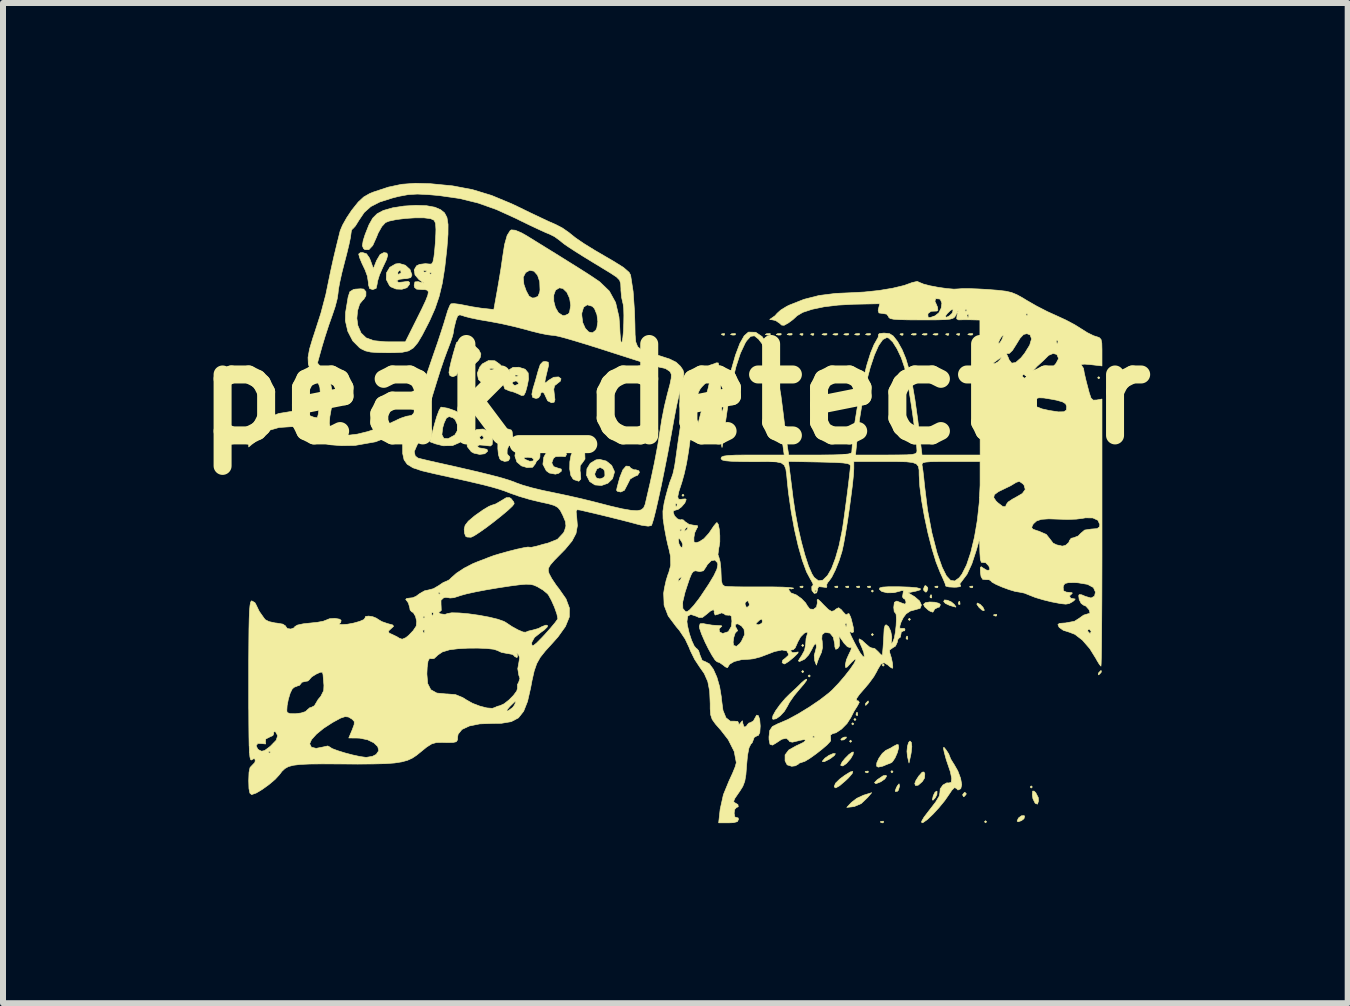
<source format=kicad_pcb>
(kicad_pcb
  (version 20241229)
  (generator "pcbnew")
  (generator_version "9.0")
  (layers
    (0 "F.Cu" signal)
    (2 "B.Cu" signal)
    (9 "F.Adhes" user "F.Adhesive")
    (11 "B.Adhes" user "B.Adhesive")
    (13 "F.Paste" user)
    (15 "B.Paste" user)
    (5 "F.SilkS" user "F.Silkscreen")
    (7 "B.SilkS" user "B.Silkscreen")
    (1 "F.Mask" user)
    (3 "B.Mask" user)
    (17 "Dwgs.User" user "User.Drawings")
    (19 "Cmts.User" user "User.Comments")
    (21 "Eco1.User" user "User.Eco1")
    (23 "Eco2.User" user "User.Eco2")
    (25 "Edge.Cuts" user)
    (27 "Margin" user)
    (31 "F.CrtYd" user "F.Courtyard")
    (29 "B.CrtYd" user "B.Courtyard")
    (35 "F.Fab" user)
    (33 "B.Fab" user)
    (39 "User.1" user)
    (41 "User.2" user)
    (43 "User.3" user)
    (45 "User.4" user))
  (footprint "peak_detector"
    (layer "F.Cu")
    (at 8.208 3.519)
    (property "Reference" "peak_detector" (at 0 0 0) (layer "F.SilkS") (effects (font (size 1.524 1.524) (thickness 0.3))))
    (attr through_hole)
    (fp_poly (pts (xy 0.145 1.687) (xy 0.127 1.705) (xy 0.109 1.687) (xy 0.127 1.669) (xy 0.145 1.687)) (stroke (width 0.01) (type solid)) (fill yes) (layer "F.SilkS"))
    (fp_poly (pts (xy 2.141 4.191) (xy 2.123 4.209) (xy 2.105 4.191) (xy 2.123 4.173) (xy 2.141 4.191)) (stroke (width 0.01) (type solid)) (fill yes) (layer "F.SilkS"))
    (fp_poly (pts (xy 2.141 4.626) (xy 2.123 4.645) (xy 2.105 4.626) (xy 2.123 4.608) (xy 2.141 4.626)) (stroke (width 0.01) (type solid)) (fill yes) (layer "F.SilkS"))
    (fp_poly (pts (xy 2.25 4.699) (xy 2.232 4.717) (xy 2.213 4.699) (xy 2.232 4.681) (xy 2.25 4.699)) (stroke (width 0.01) (type solid)) (fill yes) (layer "F.SilkS"))
    (fp_poly (pts (xy 2.939 5.788) (xy 2.921 5.806) (xy 2.903 5.788) (xy 2.921 5.769) (xy 2.939 5.788)) (stroke (width 0.01) (type solid)) (fill yes) (layer "F.SilkS"))
    (fp_poly (pts (xy 2.975 5.497) (xy 2.957 5.515) (xy 2.939 5.497) (xy 2.957 5.479) (xy 2.975 5.497)) (stroke (width 0.01) (type solid)) (fill yes) (layer "F.SilkS"))
    (fp_poly (pts (xy 3.012 5.425) (xy 2.994 5.443) (xy 2.975 5.425) (xy 2.994 5.407) (xy 3.012 5.425)) (stroke (width 0.01) (type solid)) (fill yes) (layer "F.SilkS"))
    (fp_poly (pts (xy 3.302 3.284) (xy 3.284 3.302) (xy 3.266 3.284) (xy 3.284 3.266) (xy 3.302 3.284)) (stroke (width 0.01) (type solid)) (fill yes) (layer "F.SilkS"))
    (fp_poly (pts (xy 3.302 4.01) (xy 3.284 4.028) (xy 3.266 4.01) (xy 3.284 3.991) (xy 3.302 4.01)) (stroke (width 0.01) (type solid)) (fill yes) (layer "F.SilkS"))
    (fp_poly (pts (xy 3.483 4.518) (xy 3.465 4.536) (xy 3.447 4.518) (xy 3.465 4.499) (xy 3.483 4.518)) (stroke (width 0.01) (type solid)) (fill yes) (layer "F.SilkS"))
    (fp_poly (pts (xy 3.629 6.296) (xy 3.61 6.314) (xy 3.592 6.296) (xy 3.61 6.277) (xy 3.629 6.296)) (stroke (width 0.01) (type solid)) (fill yes) (layer "F.SilkS"))
    (fp_poly (pts (xy 3.919 3.756) (xy 3.901 3.774) (xy 3.883 3.756) (xy 3.901 3.737) (xy 3.919 3.756)) (stroke (width 0.01) (type solid)) (fill yes) (layer "F.SilkS"))
    (fp_poly (pts (xy 5.189 7.13) (xy 5.171 7.148) (xy 5.153 7.13) (xy 5.171 7.112) (xy 5.189 7.13)) (stroke (width 0.01) (type solid)) (fill yes) (layer "F.SilkS"))
    (fp_poly (pts (xy 5.951 6.55) (xy 5.933 6.568) (xy 5.915 6.55) (xy 5.933 6.531) (xy 5.951 6.55)) (stroke (width 0.01) (type solid)) (fill yes) (layer "F.SilkS"))
    (fp_poly (pts (xy 7.076 -0.272) (xy 7.058 -0.254) (xy 7.039 -0.272) (xy 7.058 -0.29) (xy 7.076 -0.272)) (stroke (width 0.01) (type solid)) (fill yes) (layer "F.SilkS"))
    (fp_poly (pts (xy 0.822 -1.004) (xy 0.817 -0.982) (xy 0.798 -0.98) (xy 0.768 -0.993) (xy 0.774 -1.004) (xy 0.817 -1.008) (xy 0.822 -1.004)) (stroke (width 0.01) (type solid)) (fill yes) (layer "F.SilkS"))
    (fp_poly (pts (xy 1.006 -1.002) (xy 0.995 -0.985) (xy 0.959 -0.983) (xy 0.92 -0.991) (xy 0.937 -1.005) (xy 0.993 -1.009) (xy 1.006 -1.002)) (stroke (width 0.01) (type solid)) (fill yes) (layer "F.SilkS"))
    (fp_poly (pts (xy 1.587 -1.002) (xy 1.576 -0.985) (xy 1.539 -0.983) (xy 1.5 -0.991) (xy 1.517 -1.005) (xy 1.574 -1.009) (xy 1.587 -1.002)) (stroke (width 0.01) (type solid)) (fill yes) (layer "F.SilkS"))
    (fp_poly (pts (xy 1.768 -1.002) (xy 1.757 -0.985) (xy 1.721 -0.983) (xy 1.682 -0.991) (xy 1.699 -1.005) (xy 1.755 -1.009) (xy 1.768 -1.002)) (stroke (width 0.01) (type solid)) (fill yes) (layer "F.SilkS"))
    (fp_poly (pts (xy 1.95 -1.002) (xy 1.939 -0.985) (xy 1.902 -0.983) (xy 1.863 -0.991) (xy 1.88 -1.005) (xy 1.937 -1.009) (xy 1.95 -1.002)) (stroke (width 0.01) (type solid)) (fill yes) (layer "F.SilkS"))
    (fp_poly (pts (xy 2.129 -1.004) (xy 2.124 -0.982) (xy 2.105 -0.98) (xy 2.075 -0.993) (xy 2.08 -1.004) (xy 2.123 -1.008) (xy 2.129 -1.004)) (stroke (width 0.01) (type solid)) (fill yes) (layer "F.SilkS"))
    (fp_poly (pts (xy 2.129 3.205) (xy 2.124 3.227) (xy 2.105 3.229) (xy 2.075 3.216) (xy 2.08 3.205) (xy 2.123 3.201) (xy 2.129 3.205)) (stroke (width 0.01) (type solid)) (fill yes) (layer "F.SilkS"))
    (fp_poly (pts (xy 2.31 -1.004) (xy 2.305 -0.982) (xy 2.286 -0.98) (xy 2.256 -0.993) (xy 2.262 -1.004) (xy 2.305 -1.008) (xy 2.31 -1.004)) (stroke (width 0.01) (type solid)) (fill yes) (layer "F.SilkS"))
    (fp_poly (pts (xy 2.53 -1.002) (xy 2.519 -0.985) (xy 2.483 -0.983) (xy 2.444 -0.991) (xy 2.461 -1.005) (xy 2.517 -1.009) (xy 2.53 -1.002)) (stroke (width 0.01) (type solid)) (fill yes) (layer "F.SilkS"))
    (fp_poly (pts (xy 2.709 3.205) (xy 2.704 3.227) (xy 2.685 3.229) (xy 2.655 3.216) (xy 2.661 3.205) (xy 2.704 3.201) (xy 2.709 3.205)) (stroke (width 0.01) (type solid)) (fill yes) (layer "F.SilkS"))
    (fp_poly (pts (xy 2.712 -1.002) (xy 2.701 -0.985) (xy 2.664 -0.983) (xy 2.625 -0.991) (xy 2.642 -1.005) (xy 2.699 -1.009) (xy 2.712 -1.002)) (stroke (width 0.01) (type solid)) (fill yes) (layer "F.SilkS"))
    (fp_poly (pts (xy 2.891 3.205) (xy 2.886 3.227) (xy 2.867 3.229) (xy 2.837 3.216) (xy 2.842 3.205) (xy 2.885 3.201) (xy 2.891 3.205)) (stroke (width 0.01) (type solid)) (fill yes) (layer "F.SilkS"))
    (fp_poly (pts (xy 2.893 -1.002) (xy 2.882 -0.985) (xy 2.845 -0.983) (xy 2.807 -0.991) (xy 2.823 -1.005) (xy 2.88 -1.009) (xy 2.893 -1.002)) (stroke (width 0.01) (type solid)) (fill yes) (layer "F.SilkS"))
    (fp_poly (pts (xy 3.036 5.31) (xy 3.04 5.353) (xy 3.036 5.358) (xy 3.014 5.353) (xy 3.012 5.334) (xy 3.025 5.304) (xy 3.036 5.31)) (stroke (width 0.01) (type solid)) (fill yes) (layer "F.SilkS"))
    (fp_poly (pts (xy 3.072 3.205) (xy 3.067 3.227) (xy 3.048 3.229) (xy 3.018 3.216) (xy 3.024 3.205) (xy 3.067 3.201) (xy 3.072 3.205)) (stroke (width 0.01) (type solid)) (fill yes) (layer "F.SilkS"))
    (fp_poly (pts (xy 3.074 -1.002) (xy 3.064 -0.985) (xy 3.027 -0.983) (xy 2.988 -0.991) (xy 3.005 -1.005) (xy 3.062 -1.009) (xy 3.074 -1.002)) (stroke (width 0.01) (type solid)) (fill yes) (layer "F.SilkS"))
    (fp_poly (pts (xy 3.217 6.29) (xy 3.212 6.311) (xy 3.193 6.314) (xy 3.163 6.3) (xy 3.169 6.29) (xy 3.212 6.285) (xy 3.217 6.29)) (stroke (width 0.01) (type solid)) (fill yes) (layer "F.SilkS"))
    (fp_poly (pts (xy 3.254 3.205) (xy 3.249 3.227) (xy 3.229 3.229) (xy 3.2 3.216) (xy 3.205 3.205) (xy 3.248 3.201) (xy 3.254 3.205)) (stroke (width 0.01) (type solid)) (fill yes) (layer "F.SilkS"))
    (fp_poly (pts (xy 3.256 -1.002) (xy 3.245 -0.985) (xy 3.208 -0.983) (xy 3.17 -0.991) (xy 3.186 -1.005) (xy 3.243 -1.009) (xy 3.256 -1.002)) (stroke (width 0.01) (type solid)) (fill yes) (layer "F.SilkS"))
    (fp_poly (pts (xy 3.471 7.124) (xy 3.466 7.146) (xy 3.447 7.148) (xy 3.417 7.135) (xy 3.423 7.124) (xy 3.466 7.12) (xy 3.471 7.124)) (stroke (width 0.01) (type solid)) (fill yes) (layer "F.SilkS"))
    (fp_poly (pts (xy 3.798 -1.004) (xy 3.793 -0.982) (xy 3.774 -0.98) (xy 3.744 -0.993) (xy 3.75 -1.004) (xy 3.793 -1.008) (xy 3.798 -1.004)) (stroke (width 0.01) (type solid)) (fill yes) (layer "F.SilkS"))
    (fp_poly (pts (xy 3.87 4.04) (xy 3.875 4.083) (xy 3.87 4.088) (xy 3.849 4.083) (xy 3.846 4.064) (xy 3.86 4.034) (xy 3.87 4.04)) (stroke (width 0.01) (type solid)) (fill yes) (layer "F.SilkS"))
    (fp_poly (pts (xy 4.018 -1.002) (xy 4.007 -0.985) (xy 3.97 -0.983) (xy 3.932 -0.991) (xy 3.948 -1.005) (xy 4.005 -1.009) (xy 4.018 -1.002)) (stroke (width 0.01) (type solid)) (fill yes) (layer "F.SilkS"))
    (fp_poly (pts (xy 4.199 -1.002) (xy 4.188 -0.985) (xy 4.152 -0.983) (xy 4.113 -0.991) (xy 4.13 -1.005) (xy 4.186 -1.009) (xy 4.199 -1.002)) (stroke (width 0.01) (type solid)) (fill yes) (layer "F.SilkS"))
    (fp_poly (pts (xy 4.27 3.35) (xy 4.274 3.393) (xy 4.27 3.399) (xy 4.248 3.394) (xy 4.245 3.375) (xy 4.259 3.345) (xy 4.27 3.35)) (stroke (width 0.01) (type solid)) (fill yes) (layer "F.SilkS"))
    (fp_poly (pts (xy 4.378 3.205) (xy 4.373 3.227) (xy 4.354 3.229) (xy 4.324 3.216) (xy 4.33 3.205) (xy 4.373 3.201) (xy 4.378 3.205)) (stroke (width 0.01) (type solid)) (fill yes) (layer "F.SilkS"))
    (fp_poly (pts (xy 4.381 -1.002) (xy 4.37 -0.985) (xy 4.333 -0.983) (xy 4.294 -0.991) (xy 4.311 -1.005) (xy 4.368 -1.009) (xy 4.381 -1.002)) (stroke (width 0.01) (type solid)) (fill yes) (layer "F.SilkS"))
    (fp_poly (pts (xy 4.56 -1.004) (xy 4.555 -0.982) (xy 4.536 -0.98) (xy 4.506 -0.993) (xy 4.512 -1.004) (xy 4.555 -1.008) (xy 4.56 -1.004)) (stroke (width 0.01) (type solid)) (fill yes) (layer "F.SilkS"))
    (fp_poly (pts (xy 4.741 -1.004) (xy 4.736 -0.982) (xy 4.717 -0.98) (xy 4.687 -0.993) (xy 4.693 -1.004) (xy 4.736 -1.008) (xy 4.741 -1.004)) (stroke (width 0.01) (type solid)) (fill yes) (layer "F.SilkS"))
    (fp_poly (pts (xy 4.741 3.459) (xy 4.746 3.502) (xy 4.741 3.508) (xy 4.72 3.503) (xy 4.717 3.483) (xy 4.73 3.454) (xy 4.741 3.459)) (stroke (width 0.01) (type solid)) (fill yes) (layer "F.SilkS"))
    (fp_poly (pts (xy 4.959 3.205) (xy 4.954 3.227) (xy 4.935 3.229) (xy 4.905 3.216) (xy 4.911 3.205) (xy 4.954 3.201) (xy 4.959 3.205)) (stroke (width 0.01) (type solid)) (fill yes) (layer "F.SilkS"))
    (fp_poly (pts (xy 4.961 -1.002) (xy 4.95 -0.985) (xy 4.914 -0.983) (xy 4.875 -0.991) (xy 4.892 -1.005) (xy 4.948 -1.009) (xy 4.961 -1.002)) (stroke (width 0.01) (type solid)) (fill yes) (layer "F.SilkS"))
    (fp_poly (pts (xy 5.358 3.677) (xy 5.353 3.699) (xy 5.334 3.701) (xy 5.304 3.688) (xy 5.31 3.677) (xy 5.353 3.673) (xy 5.358 3.677)) (stroke (width 0.01) (type solid)) (fill yes) (layer "F.SilkS"))
    (fp_poly (pts (xy 2.848 5.734) (xy 2.809 5.764) (xy 2.768 5.769) (xy 2.758 5.755) (xy 2.786 5.732) (xy 2.814 5.719) (xy 2.851 5.717) (xy 2.848 5.734)) (stroke (width 0.01) (type solid)) (fill yes) (layer "F.SilkS"))
    (fp_poly (pts (xy 3.218 5.14) (xy 3.211 5.153) (xy 3.177 5.187) (xy 3.171 5.189) (xy 3.168 5.165) (xy 3.175 5.153) (xy 3.209 5.118) (xy 3.216 5.116) (xy 3.218 5.14)) (stroke (width 0.01) (type solid)) (fill yes) (layer "F.SilkS"))
    (fp_poly (pts (xy 4.205 3.223) (xy 4.209 3.248) (xy 4.19 3.296) (xy 4.173 3.302) (xy 4.141 3.273) (xy 4.137 3.248) (xy 4.156 3.199) (xy 4.173 3.193) (xy 4.205 3.223)) (stroke (width 0.01) (type solid)) (fill yes) (layer "F.SilkS"))
    (fp_poly (pts (xy 4.363 6.625) (xy 4.36 6.677) (xy 4.333 6.729) (xy 4.296 6.77) (xy 4.284 6.765) (xy 4.3 6.694) (xy 4.329 6.637) (xy 4.357 6.619) (xy 4.363 6.625)) (stroke (width 0.01) (type solid)) (fill yes) (layer "F.SilkS"))
    (fp_poly (pts (xy 4.85 6.663) (xy 4.844 6.677) (xy 4.812 6.711) (xy 4.806 6.713) (xy 4.79 6.685) (xy 4.79 6.677) (xy 4.818 6.642) (xy 4.828 6.64) (xy 4.85 6.663)) (stroke (width 0.01) (type solid)) (fill yes) (layer "F.SilkS"))
    (fp_poly (pts (xy 5.082 3.506) (xy 5.128 3.554) (xy 5.15 3.6) (xy 5.145 3.612) (xy 5.112 3.601) (xy 5.062 3.556) (xy 5.026 3.504) (xy 5.034 3.483) (xy 5.082 3.506)) (stroke (width 0.01) (type solid)) (fill yes) (layer "F.SilkS"))
    (fp_poly (pts (xy 5.822 7.036) (xy 5.812 7.078) (xy 5.77 7.111) (xy 5.714 7.13) (xy 5.697 7.118) (xy 5.72 7.067) (xy 5.769 7.03) (xy 5.814 7.028) (xy 5.822 7.036)) (stroke (width 0.01) (type solid)) (fill yes) (layer "F.SilkS"))
    (fp_poly (pts (xy 7.101 4.632) (xy 7.094 4.645) (xy 7.06 4.679) (xy 7.053 4.681) (xy 7.051 4.657) (xy 7.058 4.645) (xy 7.092 4.61) (xy 7.098 4.608) (xy 7.101 4.632)) (stroke (width 0.01) (type solid)) (fill yes) (layer "F.SilkS"))
    (fp_poly (pts (xy 3.737 6.53) (xy 3.737 6.538) (xy 3.718 6.604) (xy 3.701 6.622) (xy 3.668 6.625) (xy 3.665 6.615) (xy 3.684 6.562) (xy 3.701 6.531) (xy 3.729 6.497) (xy 3.737 6.53)) (stroke (width 0.01) (type solid)) (fill yes) (layer "F.SilkS"))
    (fp_poly (pts (xy 2.668 5.995) (xy 2.653 6.023) (xy 2.591 6.071) (xy 2.562 6.089) (xy 2.483 6.128) (xy 2.452 6.127) (xy 2.453 6.117) (xy 2.494 6.069) (xy 2.562 6.022) (xy 2.631 5.993) (xy 2.668 5.995)) (stroke (width 0.01) (type solid)) (fill yes) (layer "F.SilkS"))
    (fp_poly (pts (xy 3.206 6.724) (xy 3.099 6.826) (xy 2.987 6.874) (xy 2.944 6.881) (xy 2.858 6.89) (xy 2.936 6.807) (xy 3.025 6.739) (xy 3.137 6.687) (xy 3.143 6.685) (xy 3.273 6.645) (xy 3.206 6.724)) (stroke (width 0.01) (type solid)) (fill yes) (layer "F.SilkS"))
    (fp_poly (pts (xy 3.52 6.373) (xy 3.491 6.417) (xy 3.425 6.463) (xy 3.355 6.491) (xy 3.338 6.493) (xy 3.32 6.477) (xy 3.365 6.43) (xy 3.375 6.423) (xy 3.464 6.363) (xy 3.513 6.355) (xy 3.52 6.373)) (stroke (width 0.01) (type solid)) (fill yes) (layer "F.SilkS"))
    (fp_poly (pts (xy 3.934 5.807) (xy 3.942 5.877) (xy 3.931 5.98) (xy 3.926 6.007) (xy 3.895 6.15) (xy 3.869 6.039) (xy 3.861 5.956) (xy 3.869 5.874) (xy 3.887 5.81) (xy 3.911 5.783) (xy 3.934 5.807)) (stroke (width 0.01) (type solid)) (fill yes) (layer "F.SilkS"))
    (fp_poly (pts (xy 4.536 3.437) (xy 4.6 3.465) (xy 4.648 3.505) (xy 4.677 3.546) (xy 4.676 3.552) (xy 4.635 3.541) (xy 4.575 3.524) (xy 4.502 3.49) (xy 4.473 3.458) (xy 4.486 3.432) (xy 4.536 3.437)) (stroke (width 0.01) (type solid)) (fill yes) (layer "F.SilkS"))
    (fp_poly (pts (xy 5.98 6.619) (xy 6.008 6.646) (xy 6.05 6.727) (xy 6.054 6.783) (xy 6.037 6.836) (xy 6.005 6.825) (xy 5.996 6.817) (xy 5.961 6.746) (xy 5.951 6.68) (xy 5.956 6.618) (xy 5.98 6.619)) (stroke (width 0.01) (type solid)) (fill yes) (layer "F.SilkS"))
    (fp_poly (pts (xy 4.159 6.329) (xy 4.153 6.402) (xy 4.117 6.46) (xy 4.048 6.52) (xy 4.003 6.525) (xy 3.991 6.492) (xy 4.012 6.438) (xy 4.062 6.362) (xy 4.064 6.361) (xy 4.115 6.303) (xy 4.144 6.3) (xy 4.159 6.329)) (stroke (width 0.01) (type solid)) (fill yes) (layer "F.SilkS"))
    (fp_poly (pts (xy 2.948 6.326) (xy 2.886 6.398) (xy 2.843 6.439) (xy 2.738 6.529) (xy 2.674 6.565) (xy 2.65 6.55) (xy 2.649 6.54) (xy 2.671 6.486) (xy 2.742 6.417) (xy 2.824 6.356) (xy 2.916 6.299) (xy 2.958 6.291) (xy 2.948 6.326)) (stroke (width 0.01) (type solid)) (fill yes) (layer "F.SilkS"))
    (fp_poly (pts (xy 2.963 6.007) (xy 2.923 6.077) (xy 2.916 6.085) (xy 2.85 6.16) (xy 2.793 6.199) (xy 2.76 6.194) (xy 2.758 6.18) (xy 2.78 6.134) (xy 2.832 6.07) (xy 2.894 6.008) (xy 2.947 5.97) (xy 2.968 5.967) (xy 2.963 6.007)) (stroke (width 0.01) (type solid)) (fill yes) (layer "F.SilkS"))
    (fp_poly (pts (xy 4.325 3.47) (xy 4.394 3.488) (xy 4.418 3.511) (xy 4.403 3.55) (xy 4.378 3.556) (xy 4.323 3.584) (xy 4.312 3.606) (xy 4.293 3.636) (xy 4.248 3.621) (xy 4.218 3.602) (xy 4.157 3.547) (xy 4.137 3.506) (xy 4.167 3.478) (xy 4.239 3.466) (xy 4.325 3.47)) (stroke (width 0.01) (type solid)) (fill yes) (layer "F.SilkS"))
    (fp_poly (pts (xy 3.716 5.845) (xy 3.722 5.895) (xy 3.701 5.977) (xy 3.662 6.066) (xy 3.618 6.131) (xy 3.596 6.147) (xy 3.516 6.178) (xy 3.457 6.203) (xy 3.382 6.219) (xy 3.355 6.203) (xy 3.358 6.148) (xy 3.394 6.069) (xy 3.45 5.99) (xy 3.508 5.94) (xy 3.517 5.936) (xy 3.595 5.898) (xy 3.636 5.872) (xy 3.693 5.843) (xy 3.716 5.845)) (stroke (width 0.01) (type solid)) (fill yes) (layer "F.SilkS"))
    (fp_poly (pts (xy -0.769 1.205) (xy -0.743 1.235) (xy -0.692 1.262) (xy -0.659 1.262) (xy -0.608 1.279) (xy -0.599 1.306) (xy -0.63 1.354) (xy -0.678 1.372) (xy -0.753 1.416) (xy -0.799 1.508) (xy -0.849 1.604) (xy -0.91 1.633) (xy -0.967 1.62) (xy -0.98 1.603) (xy -0.97 1.554) (xy -0.945 1.46) (xy -0.924 1.385) (xy -0.875 1.263) (xy -0.821 1.201) (xy -0.769 1.205)) (stroke (width 0.01) (type solid)) (fill yes) (layer "F.SilkS"))
    (fp_poly (pts (xy -1.552 0.89) (xy -1.513 0.972) (xy -1.51 0.985) (xy -1.506 1.083) (xy -1.547 1.142) (xy -1.547 1.142) (xy -1.586 1.193) (xy -1.589 1.278) (xy -1.582 1.319) (xy -1.576 1.416) (xy -1.609 1.453) (xy -1.681 1.43) (xy -1.705 1.416) (xy -1.743 1.355) (xy -1.761 1.251) (xy -1.759 1.129) (xy -1.738 1.016) (xy -1.699 0.937) (xy -1.696 0.934) (xy -1.614 0.878) (xy -1.552 0.89)) (stroke (width 0.01) (type solid)) (fill yes) (layer "F.SilkS"))
    (fp_poly (pts (xy -1.903 0.916) (xy -1.835 0.953) (xy -1.814 1.006) (xy -1.835 1.043) (xy -1.901 1.038) (xy -1.994 1.042) (xy -2.032 1.07) (xy -2.06 1.147) (xy -2.03 1.209) (xy -1.958 1.234) (xy -1.902 1.25) (xy -1.9 1.285) (xy -1.944 1.32) (xy -2 1.335) (xy -2.101 1.316) (xy -2.152 1.278) (xy -2.208 1.17) (xy -2.193 1.052) (xy -2.157 0.988) (xy -2.087 0.932) (xy -1.995 0.908) (xy -1.903 0.916)) (stroke (width 0.01) (type solid)) (fill yes) (layer "F.SilkS"))
    (fp_poly (pts (xy 2.185 4.777) (xy 2.139 4.839) (xy 2.07 4.919) (xy 1.978 5.03) (xy 1.901 5.141) (xy 1.868 5.204) (xy 1.818 5.288) (xy 1.75 5.362) (xy 1.681 5.412) (xy 1.63 5.422) (xy 1.618 5.412) (xy 1.626 5.363) (xy 1.672 5.279) (xy 1.746 5.176) (xy 1.835 5.071) (xy 1.915 4.992) (xy 2.006 4.909) (xy 2.081 4.836) (xy 2.099 4.817) (xy 2.157 4.767) (xy 2.19 4.753) (xy 2.185 4.777)) (stroke (width 0.01) (type solid)) (fill yes) (layer "F.SilkS"))
    (fp_poly (pts (xy -2.735 0.6) (xy -2.721 0.626) (xy -2.712 0.696) (xy -2.699 0.753) (xy -2.696 0.818) (xy -2.731 0.835) (xy -2.778 0.866) (xy -2.803 0.925) (xy -2.805 0.993) (xy -2.789 1.016) (xy -2.761 1.045) (xy -2.758 1.07) (xy -2.785 1.113) (xy -2.846 1.123) (xy -2.908 1.1) (xy -2.927 1.079) (xy -2.949 1.011) (xy -2.959 0.91) (xy -2.958 0.802) (xy -2.946 0.71) (xy -2.924 0.658) (xy -2.914 0.653) (xy -2.87 0.631) (xy -2.867 0.617) (xy -2.836 0.587) (xy -2.794 0.581) (xy -2.735 0.6)) (stroke (width 0.01) (type solid)) (fill yes) (layer "F.SilkS"))
    (fp_poly (pts (xy -4.809 -2.35) (xy -4.795 -2.315) (xy -4.815 -2.243) (xy -4.872 -2.122) (xy -4.88 -2.105) (xy -4.932 -1.986) (xy -4.965 -1.879) (xy -4.971 -1.834) (xy -4.988 -1.762) (xy -5.044 -1.742) (xy -5.096 -1.758) (xy -5.115 -1.821) (xy -5.116 -1.852) (xy -5.134 -1.967) (xy -5.172 -2.07) (xy -5.223 -2.177) (xy -5.261 -2.268) (xy -5.279 -2.334) (xy -5.252 -2.356) (xy -5.213 -2.359) (xy -5.148 -2.338) (xy -5.099 -2.267) (xy -5.082 -2.225) (xy -5.034 -2.091) (xy -4.981 -2.225) (xy -4.921 -2.327) (xy -4.858 -2.359) (xy -4.809 -2.35)) (stroke (width 0.01) (type solid)) (fill yes) (layer "F.SilkS"))
    (fp_poly (pts (xy -1.151 1.117) (xy -1.062 1.189) (xy -1.018 1.284) (xy -1.016 1.305) (xy -1.047 1.411) (xy -1.125 1.487) (xy -1.23 1.524) (xy -1.34 1.515) (xy -1.428 1.458) (xy -1.48 1.355) (xy -1.48 1.347) (xy -1.343 1.347) (xy -1.316 1.399) (xy -1.257 1.415) (xy -1.197 1.393) (xy -1.174 1.36) (xy -1.177 1.289) (xy -1.198 1.251) (xy -1.255 1.222) (xy -1.309 1.25) (xy -1.341 1.321) (xy -1.343 1.347) (xy -1.48 1.347) (xy -1.474 1.246) (xy -1.418 1.154) (xy -1.323 1.097) (xy -1.261 1.089) (xy -1.151 1.117)) (stroke (width 0.01) (type solid)) (fill yes) (layer "F.SilkS"))
    (fp_poly (pts (xy -2.738 1.743) (xy -2.694 1.799) (xy -2.687 1.828) (xy -2.715 1.866) (xy -2.789 1.936) (xy -2.895 2.025) (xy -3.018 2.123) (xy -3.144 2.219) (xy -3.261 2.302) (xy -3.353 2.362) (xy -3.406 2.387) (xy -3.473 2.383) (xy -3.494 2.372) (xy -3.514 2.32) (xy -3.52 2.252) (xy -3.504 2.188) (xy -3.451 2.119) (xy -3.348 2.032) (xy -3.311 2.005) (xy -3.201 1.928) (xy -3.109 1.873) (xy -3.055 1.851) (xy -3.054 1.851) (xy -2.993 1.831) (xy -2.909 1.782) (xy -2.898 1.775) (xy -2.818 1.727) (xy -2.764 1.726) (xy -2.738 1.743)) (stroke (width 0.01) (type solid)) (fill yes) (layer "F.SilkS"))
    (fp_poly (pts (xy -3.008 -0.555) (xy -2.921 -0.493) (xy -2.895 -0.451) (xy -2.868 -0.347) (xy -2.899 -0.285) (xy -2.988 -0.268) (xy -3.038 -0.273) (xy -3.121 -0.283) (xy -3.139 -0.274) (xy -3.121 -0.257) (xy -3.039 -0.223) (xy -3.004 -0.218) (xy -2.959 -0.197) (xy -2.962 -0.163) (xy -3.014 -0.116) (xy -3.108 -0.124) (xy -3.202 -0.166) (xy -3.282 -0.243) (xy -3.302 -0.345) (xy -3.278 -0.408) (xy -3.105 -0.408) (xy -3.069 -0.402) (xy -3.022 -0.409) (xy -3.022 -0.421) (xy -3.07 -0.43) (xy -3.091 -0.424) (xy -3.105 -0.408) (xy -3.278 -0.408) (xy -3.26 -0.452) (xy -3.216 -0.504) (xy -3.114 -0.559) (xy -3.008 -0.555)) (stroke (width 0.01) (type solid)) (fill yes) (layer "F.SilkS"))
    (fp_poly (pts (xy -3.795 0.236) (xy -3.673 0.279) (xy -3.572 0.334) (xy -3.54 0.361) (xy -3.494 0.451) (xy -3.476 0.568) (xy -3.506 0.706) (xy -3.59 0.805) (xy -3.715 0.859) (xy -3.871 0.862) (xy -3.997 0.83) (xy -4.092 0.795) (xy -4.061 0.677) (xy -3.892 0.677) (xy -3.859 0.739) (xy -3.788 0.743) (xy -3.682 0.686) (xy -3.674 0.679) (xy -3.633 0.608) (xy -3.632 0.512) (xy -3.67 0.427) (xy -3.705 0.397) (xy -3.77 0.375) (xy -3.816 0.399) (xy -3.854 0.479) (xy -3.878 0.561) (xy -3.892 0.677) (xy -4.061 0.677) (xy -4.016 0.506) (xy -3.977 0.374) (xy -3.939 0.273) (xy -3.909 0.221) (xy -3.902 0.218) (xy -3.795 0.236)) (stroke (width 0.01) (type solid)) (fill yes) (layer "F.SilkS"))
    (fp_poly (pts (xy -3.526 -0.875) (xy -3.43 -0.844) (xy -3.34 -0.797) (xy -3.278 -0.74) (xy -3.277 -0.739) (xy -3.242 -0.67) (xy -3.251 -0.613) (xy -3.28 -0.563) (xy -3.373 -0.476) (xy -3.493 -0.438) (xy -3.557 -0.442) (xy -3.603 -0.421) (xy -3.621 -0.372) (xy -3.653 -0.311) (xy -3.708 -0.289) (xy -3.757 -0.307) (xy -3.774 -0.356) (xy -3.764 -0.425) (xy -3.738 -0.54) (xy -3.707 -0.656) (xy -3.556 -0.656) (xy -3.532 -0.594) (xy -3.481 -0.581) (xy -3.423 -0.6) (xy -3.418 -0.644) (xy -3.451 -0.702) (xy -3.504 -0.72) (xy -3.547 -0.695) (xy -3.556 -0.656) (xy -3.707 -0.656) (xy -3.701 -0.678) (xy -3.66 -0.818) (xy -3.647 -0.859) (xy -3.606 -0.883) (xy -3.526 -0.875)) (stroke (width 0.01) (type solid)) (fill yes) (layer "F.SilkS"))
    (fp_poly (pts (xy -3.114 0.623) (xy -3.057 0.706) (xy -3.048 0.767) (xy -3.053 0.841) (xy -3.082 0.866) (xy -3.156 0.859) (xy -3.175 0.855) (xy -3.266 0.848) (xy -3.302 0.867) (xy -3.302 0.869) (xy -3.271 0.897) (xy -3.208 0.907) (xy -3.14 0.921) (xy -3.129 0.953) (xy -3.177 0.995) (xy -3.262 1.006) (xy -3.358 0.985) (xy -3.402 0.961) (xy -3.469 0.875) (xy -3.476 0.769) (xy -3.454 0.726) (xy -3.266 0.726) (xy -3.238 0.761) (xy -3.229 0.762) (xy -3.194 0.734) (xy -3.193 0.726) (xy -3.221 0.69) (xy -3.229 0.689) (xy -3.265 0.717) (xy -3.266 0.726) (xy -3.454 0.726) (xy -3.422 0.665) (xy -3.411 0.653) (xy -3.31 0.591) (xy -3.205 0.583) (xy -3.114 0.623)) (stroke (width 0.01) (type solid)) (fill yes) (layer "F.SilkS"))
    (fp_poly (pts (xy -4.502 -2.148) (xy -4.423 -2.076) (xy -4.391 -1.985) (xy -4.391 -1.984) (xy -4.411 -1.941) (xy -4.484 -1.924) (xy -4.518 -1.923) (xy -4.602 -1.913) (xy -4.643 -1.889) (xy -4.645 -1.884) (xy -4.613 -1.861) (xy -4.532 -1.869) (xy -4.456 -1.88) (xy -4.43 -1.861) (xy -4.433 -1.827) (xy -4.475 -1.773) (xy -4.558 -1.747) (xy -4.656 -1.751) (xy -4.742 -1.787) (xy -4.764 -1.806) (xy -4.819 -1.912) (xy -4.815 -2.021) (xy -4.808 -2.032) (xy -4.626 -2.032) (xy -4.624 -1.999) (xy -4.61 -1.996) (xy -4.573 -2.022) (xy -4.572 -2.032) (xy -4.584 -2.067) (xy -4.588 -2.068) (xy -4.619 -2.043) (xy -4.626 -2.032) (xy -4.808 -2.032) (xy -4.76 -2.113) (xy -4.664 -2.169) (xy -4.602 -2.177) (xy -4.502 -2.148)) (stroke (width 0.01) (type solid)) (fill yes) (layer "F.SilkS"))
    (fp_poly (pts (xy -2.119 -0.532) (xy -2.113 -0.481) (xy -2.119 -0.454) (xy -2.154 -0.309) (xy -2.172 -0.225) (xy -2.175 -0.188) (xy -2.16 -0.189) (xy -2.128 -0.216) (xy -2.116 -0.227) (xy -2.028 -0.28) (xy -1.948 -0.286) (xy -1.906 -0.256) (xy -1.917 -0.215) (xy -1.962 -0.18) (xy -2.012 -0.141) (xy -2.027 -0.081) (xy -2.018 0.003) (xy -2.007 0.095) (xy -2.021 0.136) (xy -2.064 0.145) (xy -2.129 0.112) (xy -2.156 0.054) (xy -2.187 -0.013) (xy -2.224 -0.036) (xy -2.248 -0.005) (xy -2.25 0.018) (xy -2.28 0.062) (xy -2.322 0.073) (xy -2.377 0.057) (xy -2.392 0.003) (xy -2.37 -0.101) (xy -2.36 -0.131) (xy -2.329 -0.235) (xy -2.294 -0.362) (xy -2.286 -0.39) (xy -2.252 -0.492) (xy -2.209 -0.537) (xy -2.172 -0.544) (xy -2.119 -0.532)) (stroke (width 0.01) (type solid)) (fill yes) (layer "F.SilkS"))
    (fp_poly (pts (xy -2.374 0.797) (xy -2.296 0.86) (xy -2.257 0.969) (xy -2.256 0.971) (xy -2.258 1.051) (xy -2.277 1.088) (xy -2.279 1.089) (xy -2.315 1.119) (xy -2.333 1.161) (xy -2.379 1.22) (xy -2.473 1.225) (xy -2.566 1.197) (xy -2.642 1.132) (xy -2.666 1.058) (xy -2.522 1.058) (xy -2.52 1.077) (xy -2.504 1.089) (xy -2.427 1.121) (xy -2.372 1.115) (xy -2.359 1.089) (xy -2.39 1.062) (xy -2.458 1.053) (xy -2.522 1.058) (xy -2.666 1.058) (xy -2.675 1.031) (xy -2.657 0.923) (xy -2.652 0.914) (xy -2.5 0.914) (xy -2.474 0.939) (xy -2.467 0.943) (xy -2.413 0.975) (xy -2.396 0.966) (xy -2.395 0.943) (xy -2.425 0.913) (xy -2.458 0.908) (xy -2.5 0.914) (xy -2.652 0.914) (xy -2.651 0.911) (xy -2.571 0.819) (xy -2.472 0.782) (xy -2.374 0.797)) (stroke (width 0.01) (type solid)) (fill yes) (layer "F.SilkS"))
    (fp_poly (pts (xy -2.605 -0.446) (xy -2.503 -0.413) (xy -2.453 -0.352) (xy -2.447 -0.251) (xy -2.467 -0.146) (xy -2.497 -0.034) (xy -2.525 0.019) (xy -2.562 0.025) (xy -2.613 0.000028) (xy -2.689 -0.032) (xy -2.767 -0.053) (xy -2.843 -0.086) (xy -2.866 -0.153) (xy -2.867 -0.165) (xy -2.862 -0.181) (xy -2.721 -0.181) (xy -2.692 -0.149) (xy -2.667 -0.145) (xy -2.619 -0.165) (xy -2.613 -0.181) (xy -2.642 -0.214) (xy -2.667 -0.218) (xy -2.715 -0.198) (xy -2.721 -0.181) (xy -2.862 -0.181) (xy -2.846 -0.242) (xy -2.81 -0.278) (xy -2.775 -0.314) (xy -2.673 -0.314) (xy -2.668 -0.293) (xy -2.649 -0.29) (xy -2.619 -0.304) (xy -2.625 -0.314) (xy -2.668 -0.319) (xy -2.673 -0.314) (xy -2.775 -0.314) (xy -2.77 -0.32) (xy -2.772 -0.347) (xy -2.766 -0.408) (xy -2.706 -0.445) (xy -2.61 -0.447) (xy -2.605 -0.446)) (stroke (width 0.01) (type solid)) (fill yes) (layer "F.SilkS"))
    (fp_poly (pts (xy 4.514 5.933) (xy 4.557 5.999) (xy 4.571 6.036) (xy 4.591 6.085) (xy 4.637 6.16) (xy 4.64 6.163) (xy 4.709 6.283) (xy 4.755 6.406) (xy 4.774 6.511) (xy 4.758 6.578) (xy 4.756 6.58) (xy 4.711 6.601) (xy 4.684 6.573) (xy 4.654 6.56) (xy 4.609 6.604) (xy 4.569 6.664) (xy 4.491 6.777) (xy 4.394 6.895) (xy 4.293 7.005) (xy 4.201 7.092) (xy 4.131 7.142) (xy 4.11 7.148) (xy 4.105 7.123) (xy 4.145 7.054) (xy 4.224 6.95) (xy 4.244 6.925) (xy 4.34 6.8) (xy 4.398 6.704) (xy 4.41 6.648) (xy 4.415 6.581) (xy 4.461 6.517) (xy 4.525 6.481) (xy 4.557 6.483) (xy 4.598 6.474) (xy 4.607 6.409) (xy 4.585 6.298) (xy 4.557 6.215) (xy 4.516 6.094) (xy 4.485 5.98) (xy 4.482 5.969) (xy 4.468 5.897) (xy 4.478 5.889) (xy 4.514 5.933)) (stroke (width 0.01) (type solid)) (fill yes) (layer "F.SilkS"))
    (fp_poly (pts (xy -4.148 -3.14) (xy -4.011 -3.115) (xy -4.01 -3.115) (xy -3.914 -3.074) (xy -3.848 -3.021) (xy -3.807 -2.942) (xy -3.789 -2.827) (xy -3.79 -2.664) (xy -3.807 -2.442) (xy -3.809 -2.419) (xy -3.844 -2.106) (xy -3.885 -1.847) (xy -3.938 -1.626) (xy -4.006 -1.425) (xy -4.094 -1.227) (xy -4.122 -1.171) (xy -4.218 -0.985) (xy -4.295 -0.855) (xy -4.367 -0.77) (xy -4.447 -0.72) (xy -4.549 -0.697) (xy -4.685 -0.69) (xy -4.791 -0.689) (xy -4.962 -0.692) (xy -5.079 -0.7) (xy -5.163 -0.719) (xy -5.231 -0.751) (xy -5.264 -0.772) (xy -5.378 -0.887) (xy -5.46 -1.046) (xy -5.501 -1.224) (xy -5.497 -1.361) (xy -5.476 -1.488) (xy -5.456 -1.609) (xy -5.454 -1.62) (xy -5.426 -1.706) (xy -5.366 -1.743) (xy -5.336 -1.749) (xy -5.247 -1.755) (xy -5.195 -1.75) (xy -5.158 -1.706) (xy -5.159 -1.638) (xy -5.196 -1.577) (xy -5.209 -1.568) (xy -5.262 -1.503) (xy -5.297 -1.393) (xy -5.309 -1.263) (xy -5.293 -1.143) (xy -5.24 -1.019) (xy -5.155 -0.937) (xy -5.026 -0.89) (xy -4.842 -0.872) (xy -4.785 -0.871) (xy -4.5 -0.871) (xy -4.323 -1.225) (xy -4.227 -1.418) (xy -4.162 -1.556) (xy -4.126 -1.648) (xy -4.117 -1.703) (xy -4.134 -1.731) (xy -4.175 -1.741) (xy -4.225 -1.742) (xy -4.313 -1.749) (xy -4.349 -1.78) (xy -4.354 -1.817) (xy -4.341 -1.87) (xy -4.286 -1.874) (xy -4.273 -1.87) (xy -4.191 -1.849) (xy -4.273 -1.908) (xy -4.34 -1.987) (xy -4.344 -2.014) (xy -4.1 -2.014) (xy -4.082 -1.996) (xy -4.064 -2.014) (xy -4.082 -2.032) (xy -4.1 -2.014) (xy -4.344 -2.014) (xy -4.351 -2.056) (xy -4.197 -2.056) (xy -4.192 -2.035) (xy -4.173 -2.032) (xy -4.143 -2.045) (xy -4.149 -2.056) (xy -4.192 -2.061) (xy -4.197 -2.056) (xy -4.351 -2.056) (xy -4.353 -2.071) (xy -4.314 -2.138) (xy -4.263 -2.162) (xy -4.166 -2.174) (xy -4.104 -2.168) (xy -4.066 -2.167) (xy -4.042 -2.2) (xy -4.025 -2.28) (xy -4.014 -2.369) (xy -4.001 -2.52) (xy -3.993 -2.67) (xy -3.991 -2.744) (xy -3.997 -2.845) (xy -4.021 -2.897) (xy -4.075 -2.922) (xy -4.085 -2.925) (xy -4.192 -2.938) (xy -4.337 -2.938) (xy -4.498 -2.928) (xy -4.651 -2.909) (xy -4.772 -2.883) (xy -4.832 -2.859) (xy -4.893 -2.793) (xy -4.954 -2.685) (xy -4.982 -2.615) (xy -5.044 -2.477) (xy -5.109 -2.407) (xy -5.174 -2.407) (xy -5.198 -2.426) (xy -5.217 -2.473) (xy -5.204 -2.557) (xy -5.172 -2.658) (xy -5.107 -2.822) (xy -5.045 -2.932) (xy -4.972 -3.005) (xy -4.875 -3.057) (xy -4.862 -3.062) (xy -4.711 -3.105) (xy -4.524 -3.134) (xy -4.327 -3.146) (xy -4.148 -3.14)) (stroke (width 0.01) (type solid)) (fill yes) (layer "F.SilkS"))
    (fp_poly (pts (xy -4.085 -3.507) (xy -3.714 -3.471) (xy -3.382 -3.408) (xy -3.063 -3.311) (xy -2.729 -3.172) (xy -2.594 -3.108) (xy -2.414 -3.02) (xy -2.247 -2.941) (xy -2.109 -2.876) (xy -2.015 -2.835) (xy -1.998 -2.828) (xy -1.884 -2.769) (xy -1.772 -2.691) (xy -1.762 -2.682) (xy -1.663 -2.603) (xy -1.527 -2.51) (xy -1.346 -2.398) (xy -1.111 -2.261) (xy -1.025 -2.211) (xy -0.864 -2.11) (xy -0.771 -2.029) (xy -0.746 -1.983) (xy -0.704 -1.71) (xy -0.681 -1.381) (xy -0.674 -1.167) (xy -0.671 -0.991) (xy -0.66 -0.87) (xy -0.629 -0.791) (xy -0.567 -0.737) (xy -0.462 -0.695) (xy -0.301 -0.649) (xy -0.258 -0.637) (xy -0.095 -0.584) (xy 0.012 -0.531) (xy 0.082 -0.466) (xy 0.086 -0.461) (xy 0.126 -0.403) (xy 0.142 -0.353) (xy 0.137 -0.286) (xy 0.11 -0.179) (xy 0.098 -0.135) (xy 0.062 0.011) (xy 0.021 0.193) (xy -0.015 0.379) (xy -0.022 0.417) (xy -0.074 0.707) (xy -0.128 0.995) (xy -0.183 1.272) (xy -0.235 1.53) (xy -0.285 1.758) (xy -0.328 1.947) (xy -0.364 2.089) (xy -0.391 2.173) (xy -0.4 2.192) (xy -0.454 2.202) (xy -0.561 2.187) (xy -0.643 2.167) (xy -0.784 2.129) (xy -0.974 2.081) (xy -1.191 2.027) (xy -1.414 1.974) (xy -1.586 1.934) (xy -1.638 1.928) (xy -1.654 1.957) (xy -1.646 2.039) (xy -1.645 2.044) (xy -1.633 2.194) (xy -1.656 2.323) (xy -1.722 2.449) (xy -1.838 2.589) (xy -1.907 2.659) (xy -2.018 2.772) (xy -2.084 2.848) (xy -2.115 2.903) (xy -2.118 2.949) (xy -2.105 2.993) (xy -2.06 3.077) (xy -1.987 3.186) (xy -1.939 3.248) (xy -1.823 3.414) (xy -1.766 3.567) (xy -1.768 3.717) (xy -1.832 3.874) (xy -1.957 4.049) (xy -2.047 4.15) (xy -2.168 4.283) (xy -2.253 4.39) (xy -2.311 4.494) (xy -2.353 4.615) (xy -2.389 4.774) (xy -2.412 4.897) (xy -2.464 5.124) (xy -2.529 5.288) (xy -2.616 5.398) (xy -2.736 5.461) (xy -2.898 5.488) (xy -3.045 5.49) (xy -3.261 5.498) (xy -3.434 5.533) (xy -3.557 5.591) (xy -3.621 5.67) (xy -3.629 5.713) (xy -3.632 5.766) (xy -3.653 5.796) (xy -3.707 5.808) (xy -3.811 5.809) (xy -3.886 5.807) (xy -3.983 5.809) (xy -4.061 5.831) (xy -4.145 5.884) (xy -4.241 5.962) (xy -4.315 6.022) (xy -4.386 6.069) (xy -4.465 6.105) (xy -4.56 6.131) (xy -4.682 6.15) (xy -4.838 6.161) (xy -5.039 6.166) (xy -5.294 6.168) (xy -5.611 6.166) (xy -5.616 6.166) (xy -5.888 6.165) (xy -6.097 6.167) (xy -6.253 6.174) (xy -6.368 6.188) (xy -6.45 6.21) (xy -6.509 6.243) (xy -6.557 6.288) (xy -6.602 6.347) (xy -6.672 6.423) (xy -6.774 6.509) (xy -6.886 6.59) (xy -6.988 6.651) (xy -7.06 6.676) (xy -7.064 6.677) (xy -7.092 6.653) (xy -7.108 6.577) (xy -7.112 6.445) (xy -7.107 6.306) (xy -7.09 6.226) (xy -7.058 6.192) (xy -7.058 6.192) (xy -7.01 6.142) (xy -7.003 6.111) (xy -7.013 6.071) (xy -7.052 6.091) (xy -7.058 6.096) (xy -7.072 6.101) (xy -7.083 6.087) (xy -7.092 6.047) (xy -7.099 5.975) (xy -7.1 5.969) (xy -6.785 5.969) (xy -6.767 5.987) (xy -6.749 5.969) (xy -6.767 5.951) (xy -6.785 5.969) (xy -7.1 5.969) (xy -7.104 5.863) (xy -7.105 5.862) (xy -6.989 5.862) (xy -6.961 5.918) (xy -6.945 5.931) (xy -6.897 5.954) (xy -6.846 5.942) (xy -6.77 5.886) (xy -6.747 5.867) (xy -6.711 5.83) (xy -6.096 5.83) (xy -6.067 5.887) (xy -5.988 5.906) (xy -5.881 5.885) (xy -5.794 5.866) (xy -5.762 5.883) (xy -5.723 5.909) (xy -5.633 5.943) (xy -5.512 5.981) (xy -5.379 6.016) (xy -5.254 6.043) (xy -5.158 6.056) (xy -5.15 6.056) (xy -5.049 6.039) (xy -4.987 6.007) (xy -4.944 5.945) (xy -4.961 5.877) (xy -5.027 5.813) (xy -5.13 5.763) (xy -5.26 5.736) (xy -5.307 5.734) (xy -5.444 5.733) (xy -5.387 5.598) (xy -5.354 5.509) (xy -5.352 5.459) (xy -5.384 5.424) (xy -5.394 5.416) (xy -5.45 5.383) (xy -5.505 5.377) (xy -5.579 5.401) (xy -5.69 5.461) (xy -5.715 5.475) (xy -5.862 5.57) (xy -5.983 5.669) (xy -6.065 5.76) (xy -6.096 5.83) (xy -6.096 5.83) (xy -6.711 5.83) (xy -6.654 5.771) (xy -6.63 5.696) (xy -6.632 5.69) (xy -6.661 5.635) (xy -6.683 5.624) (xy -6.701 5.647) (xy -6.695 5.66) (xy -6.709 5.693) (xy -6.763 5.717) (xy -6.829 5.751) (xy -6.832 5.795) (xy -6.83 5.833) (xy -6.88 5.828) (xy -6.886 5.827) (xy -6.96 5.824) (xy -6.989 5.862) (xy -7.105 5.862) (xy -7.108 5.707) (xy -7.11 5.5) (xy -7.111 5.279) (xy -6.477 5.279) (xy -6.471 5.308) (xy -6.423 5.328) (xy -6.335 5.329) (xy -6.24 5.317) (xy -6.165 5.293) (xy -6.143 5.272) (xy -6.137 5.267) (xy -2.809 5.267) (xy -2.806 5.284) (xy -2.783 5.277) (xy -2.713 5.226) (xy -2.683 5.185) (xy -2.658 5.128) (xy -2.675 5.127) (xy -2.734 5.183) (xy -2.76 5.209) (xy -2.809 5.267) (xy -6.137 5.267) (xy -6.095 5.229) (xy -6.073 5.225) (xy -6.017 5.196) (xy -5.998 5.164) (xy -5.954 5.09) (xy -5.911 5.04) (xy -5.862 4.943) (xy -5.858 4.856) (xy -5.867 4.753) (xy -5.873 4.675) (xy -5.873 4.675) (xy -5.876 4.665) (xy -4.142 4.665) (xy -4.129 4.825) (xy -4.077 4.928) (xy -3.977 4.984) (xy -3.82 4.999) (xy -3.803 4.999) (xy -3.665 5.01) (xy -3.545 5.059) (xy -3.482 5.099) (xy -3.38 5.156) (xy -3.259 5.202) (xy -3.142 5.232) (xy -3.051 5.239) (xy -3.012 5.226) (xy -2.965 5.205) (xy -2.921 5.194) (xy -2.854 5.163) (xy -2.773 5.099) (xy -2.698 5.023) (xy -2.644 4.95) (xy -2.63 4.9) (xy -2.632 4.897) (xy -2.632 4.841) (xy -2.613 4.809) (xy -2.591 4.739) (xy -2.609 4.688) (xy -2.627 4.578) (xy -2.612 4.496) (xy -2.595 4.393) (xy -2.618 4.338) (xy -2.645 4.32) (xy -2.634 4.345) (xy -2.632 4.385) (xy -2.647 4.391) (xy -2.684 4.37) (xy -2.685 4.362) (xy -2.717 4.34) (xy -2.794 4.325) (xy -2.801 4.325) (xy -2.899 4.306) (xy -2.967 4.274) (xy -3.028 4.254) (xy -3.143 4.241) (xy -3.292 4.235) (xy -3.458 4.236) (xy -3.621 4.245) (xy -3.762 4.262) (xy -3.765 4.263) (xy -3.884 4.299) (xy -3.965 4.354) (xy -3.971 4.362) (xy -4.023 4.409) (xy -4.059 4.412) (xy -4.098 4.406) (xy -4.123 4.452) (xy -4.137 4.557) (xy -4.142 4.665) (xy -5.876 4.665) (xy -5.883 4.637) (xy -5.918 4.637) (xy -5.987 4.668) (xy -6.061 4.714) (xy -6.096 4.753) (xy -6.096 4.756) (xy -6.126 4.783) (xy -6.169 4.79) (xy -6.228 4.805) (xy -6.241 4.826) (xy -6.27 4.859) (xy -6.291 4.862) (xy -6.355 4.888) (xy -6.387 4.917) (xy -6.42 4.984) (xy -6.451 5.086) (xy -6.472 5.194) (xy -6.477 5.279) (xy -7.111 5.279) (xy -7.112 5.234) (xy -7.112 4.904) (xy -7.112 4.794) (xy -7.112 4.439) (xy -7.11 4.149) (xy -7.108 3.92) (xy -7.104 3.744) (xy -7.099 3.616) (xy -7.091 3.528) (xy -7.082 3.475) (xy -7.07 3.451) (xy -7.062 3.447) (xy -7.009 3.477) (xy -6.99 3.511) (xy -6.936 3.623) (xy -6.854 3.739) (xy -6.835 3.762) (xy -6.774 3.793) (xy -6.674 3.815) (xy -6.644 3.818) (xy -6.544 3.835) (xy -6.497 3.866) (xy -6.495 3.873) (xy -6.468 3.909) (xy -6.409 3.917) (xy -6.355 3.896) (xy -6.342 3.876) (xy -6.3 3.851) (xy -6.204 3.83) (xy -6.094 3.818) (xy -5.968 3.805) (xy -5.87 3.787) (xy -5.826 3.77) (xy -5.764 3.745) (xy -5.676 3.739) (xy -5.599 3.752) (xy -5.572 3.771) (xy -5.579 3.811) (xy -5.597 3.822) (xy -5.603 3.837) (xy -5.559 3.843) (xy -5.466 3.837) (xy -5.36 3.817) (xy -5.261 3.789) (xy -5.192 3.759) (xy -5.173 3.733) (xy -5.165 3.708) (xy -5.113 3.701) (xy -5.043 3.712) (xy -4.979 3.738) (xy -4.963 3.751) (xy -4.893 3.793) (xy -4.795 3.827) (xy -4.79 3.828) (xy -4.712 3.849) (xy -4.697 3.871) (xy -4.728 3.9) (xy -4.783 3.951) (xy -4.771 3.985) (xy -4.726 4.004) (xy -4.641 4.045) (xy -4.605 4.068) (xy -4.554 4.087) (xy -4.493 4.061) (xy -4.447 4.024) (xy -4.381 3.955) (xy -4.209 3.955) (xy -4.196 3.985) (xy -4.185 3.979) (xy -4.181 3.936) (xy -4.185 3.931) (xy -4.207 3.936) (xy -4.209 3.955) (xy -4.381 3.955) (xy -4.371 3.945) (xy -4.321 3.87) (xy -4.319 3.864) (xy -4.312 3.788) (xy -4.328 3.719) (xy -4.209 3.719) (xy -4.191 3.737) (xy -4.173 3.719) (xy -4.191 3.701) (xy -4.209 3.719) (xy -4.328 3.719) (xy -4.332 3.704) (xy -4.355 3.665) (xy -4.064 3.665) (xy -4.051 3.695) (xy -4.04 3.689) (xy -4.035 3.646) (xy -4.039 3.641) (xy -3.947 3.641) (xy -3.921 3.663) (xy -3.841 3.674) (xy -3.8 3.659) (xy -3.727 3.646) (xy -3.603 3.649) (xy -3.446 3.663) (xy -3.275 3.687) (xy -3.107 3.718) (xy -2.962 3.753) (xy -2.859 3.789) (xy -2.83 3.805) (xy -2.725 3.875) (xy -2.621 3.932) (xy -2.538 3.967) (xy -2.495 3.97) (xy -2.495 3.97) (xy -2.449 3.951) (xy -2.373 3.933) (xy -2.281 3.907) (xy -2.225 3.877) (xy -2.159 3.852) (xy -2.133 3.855) (xy -2.134 3.881) (xy -2.185 3.932) (xy -2.241 3.972) (xy -2.348 4.057) (xy -2.392 4.135) (xy -2.395 4.159) (xy -2.389 4.192) (xy -2.364 4.191) (xy -2.312 4.149) (xy -2.225 4.061) (xy -2.177 4.01) (xy -2.08 3.901) (xy -2.005 3.811) (xy -1.964 3.754) (xy -1.959 3.743) (xy -1.975 3.666) (xy -2.014 3.555) (xy -2.065 3.44) (xy -2.114 3.351) (xy -2.131 3.329) (xy -2.206 3.267) (xy -2.305 3.208) (xy -2.311 3.206) (xy -2.363 3.184) (xy -2.419 3.172) (xy -2.492 3.17) (xy -2.596 3.179) (xy -2.744 3.198) (xy -2.948 3.229) (xy -3.145 3.262) (xy -3.329 3.297) (xy -3.48 3.33) (xy -3.581 3.358) (xy -3.598 3.364) (xy -3.691 3.394) (xy -3.758 3.4) (xy -3.767 3.397) (xy -3.829 3.389) (xy -3.865 3.398) (xy -3.907 3.438) (xy -3.906 3.52) (xy -3.905 3.525) (xy -3.902 3.607) (xy -3.929 3.629) (xy -3.947 3.641) (xy -4.039 3.641) (xy -4.04 3.641) (xy -4.061 3.646) (xy -4.064 3.665) (xy -4.355 3.665) (xy -4.369 3.642) (xy -4.396 3.629) (xy -4.422 3.598) (xy -4.427 3.563) (xy -4.45 3.483) (xy -4.47 3.454) (xy -4.495 3.423) (xy -4.478 3.407) (xy -4.405 3.398) (xy -4.381 3.396) (xy -4.322 3.371) (xy -4.266 3.329) (xy -4.25 3.32) (xy -3.955 3.32) (xy -3.937 3.338) (xy -3.919 3.32) (xy -3.937 3.302) (xy -3.955 3.32) (xy -4.25 3.32) (xy -4.181 3.28) (xy -4.116 3.266) (xy -4.032 3.244) (xy -3.945 3.193) (xy -3.871 3.143) (xy -3.819 3.121) (xy -3.818 3.121) (xy -3.768 3.096) (xy -3.733 3.061) (xy -3.648 2.986) (xy -3.52 2.902) (xy -3.377 2.828) (xy -3.302 2.797) (xy -3.196 2.757) (xy -3.108 2.722) (xy -3.102 2.72) (xy -3.018 2.689) (xy -2.899 2.654) (xy -2.764 2.617) (xy -2.633 2.584) (xy -2.524 2.561) (xy -2.456 2.55) (xy -2.443 2.552) (xy -2.4 2.555) (xy -2.319 2.537) (xy -2.31 2.535) (xy -2.206 2.505) (xy -2.123 2.484) (xy -1.966 2.422) (xy -1.864 2.313) (xy -1.847 2.278) (xy -1.824 2.2) (xy -1.832 2.126) (xy -1.875 2.023) (xy -1.878 2.017) (xy -1.917 1.941) (xy -1.957 1.892) (xy -2.015 1.858) (xy -2.109 1.83) (xy -2.255 1.798) (xy -2.429 1.756) (xy -2.605 1.704) (xy -2.75 1.653) (xy -2.763 1.648) (xy -2.845 1.616) (xy -2.938 1.585) (xy -3.051 1.552) (xy -3.195 1.514) (xy -3.378 1.471) (xy -3.609 1.418) (xy -3.899 1.354) (xy -4.021 1.327) (xy -4.228 1.278) (xy -4.374 1.229) (xy -4.469 1.171) (xy -4.522 1.096) (xy -4.545 0.992) (xy -4.545 0.96) (xy -4.353 0.96) (xy -4.336 1.032) (xy -4.291 1.067) (xy -4.228 1.083) (xy -4.115 1.11) (xy -3.97 1.143) (xy -3.901 1.158) (xy -3.561 1.235) (xy -3.285 1.299) (xy -3.066 1.353) (xy -2.896 1.398) (xy -2.767 1.437) (xy -2.672 1.472) (xy -2.649 1.482) (xy -2.544 1.519) (xy -2.391 1.563) (xy -2.213 1.606) (xy -2.086 1.632) (xy -1.876 1.676) (xy -1.645 1.727) (xy -1.431 1.778) (xy -1.343 1.8) (xy -1.084 1.867) (xy -0.886 1.913) (xy -0.74 1.938) (xy -0.638 1.945) (xy -0.571 1.931) (xy -0.53 1.899) (xy -0.507 1.848) (xy -0.502 1.832) (xy -0.419 1.475) (xy -0.349 1.147) (xy -0.295 0.862) (xy -0.259 0.633) (xy -0.256 0.615) (xy -0.226 0.424) (xy -0.183 0.206) (xy -0.135 0.008) (xy -0.13 -0.011) (xy -0.089 -0.165) (xy -0.069 -0.264) (xy -0.067 -0.326) (xy -0.082 -0.365) (xy -0.097 -0.382) (xy -0.165 -0.426) (xy -0.203 -0.435) (xy -0.257 -0.446) (xy -0.364 -0.475) (xy -0.507 -0.518) (xy -0.645 -0.561) (xy -0.994 -0.673) (xy -1.28 -0.765) (xy -1.511 -0.837) (xy -1.692 -0.892) (xy -1.83 -0.932) (xy -1.931 -0.959) (xy -2.002 -0.974) (xy -2.05 -0.98) (xy -2.058 -0.98) (xy -2.138 -0.99) (xy -2.265 -1.016) (xy -2.417 -1.054) (xy -2.486 -1.074) (xy -2.68 -1.124) (xy -2.896 -1.173) (xy -3.092 -1.21) (xy -3.121 -1.215) (xy -3.275 -1.241) (xy -3.414 -1.27) (xy -3.511 -1.295) (xy -3.527 -1.301) (xy -3.593 -1.321) (xy -3.629 -1.303) (xy -3.656 -1.232) (xy -3.663 -1.205) (xy -3.688 -1.105) (xy -3.701 -1.03) (xy -3.701 -1.022) (xy -3.714 -0.967) (xy -3.748 -0.865) (xy -3.797 -0.736) (xy -3.809 -0.705) (xy -3.855 -0.58) (xy -3.915 -0.403) (xy -3.982 -0.191) (xy -4.052 0.037) (xy -4.103 0.208) (xy -4.164 0.415) (xy -4.22 0.597) (xy -4.267 0.745) (xy -4.303 0.846) (xy -4.322 0.887) (xy -4.353 0.96) (xy -4.545 0.96) (xy -4.546 0.853) (xy -4.546 0.851) (xy -4.545 0.732) (xy -4.549 0.647) (xy -4.557 0.617) (xy -4.599 0.632) (xy -4.676 0.669) (xy -4.684 0.673) (xy -4.999 0.796) (xy -5.339 0.856) (xy -5.565 0.86) (xy -5.746 0.846) (xy -5.872 0.819) (xy -5.963 0.772) (xy -6.035 0.695) (xy -6.07 0.644) (xy -6.108 0.593) (xy -6.152 0.563) (xy -6.221 0.549) (xy -6.335 0.545) (xy -6.407 0.544) (xy -6.606 0.557) (xy -6.758 0.601) (xy -6.885 0.684) (xy -6.931 0.726) (xy -6.969 0.76) (xy -7.03 0.813) (xy -7.112 0.882) (xy -7.112 0.555) (xy -6.854 0.423) (xy -6.613 0.324) (xy -6.397 0.289) (xy -6.199 0.318) (xy -6.116 0.351) (xy -6.03 0.385) (xy -5.974 0.395) (xy -5.968 0.392) (xy -5.955 0.348) (xy -5.94 0.252) (xy -5.928 0.125) (xy -5.927 0.122) (xy -5.919 -0.015) (xy -5.925 -0.107) (xy -5.952 -0.183) (xy -6.006 -0.27) (xy -6.019 -0.29) (xy -6.084 -0.398) (xy -6.118 -0.499) (xy -6.119 -0.518) (xy -5.966 -0.518) (xy -5.869 -0.403) (xy -5.756 -0.216) (xy -5.712 -0.003) (xy -5.73 0.213) (xy -5.76 0.379) (xy -5.768 0.489) (xy -5.752 0.56) (xy -5.708 0.606) (xy -5.652 0.635) (xy -5.542 0.673) (xy -5.432 0.684) (xy -5.301 0.668) (xy -5.125 0.625) (xy -5.114 0.621) (xy -4.956 0.569) (xy -4.795 0.505) (xy -4.697 0.458) (xy -4.582 0.404) (xy -4.481 0.37) (xy -4.437 0.363) (xy -4.396 0.354) (xy -4.362 0.321) (xy -4.328 0.249) (xy -4.287 0.125) (xy -4.263 0.045) (xy -4.21 -0.128) (xy -4.142 -0.338) (xy -4.069 -0.552) (xy -4.028 -0.671) (xy -3.964 -0.855) (xy -3.904 -1.037) (xy -3.854 -1.193) (xy -3.829 -1.277) (xy -3.794 -1.392) (xy -3.76 -1.475) (xy -3.741 -1.504) (xy -3.69 -1.508) (xy -3.594 -1.496) (xy -3.533 -1.484) (xy -3.385 -1.455) (xy -3.232 -1.431) (xy -3.191 -1.427) (xy -3.026 -1.409) (xy -2.965 -1.748) (xy -2.935 -1.922) (xy -2.931 -1.946) (xy -2.536 -1.946) (xy -2.525 -1.83) (xy -2.486 -1.72) (xy -2.439 -1.633) (xy -2.387 -1.602) (xy -2.35 -1.603) (xy -2.289 -1.629) (xy -2.281 -1.65) (xy -2.027 -1.65) (xy -2.026 -1.547) (xy -1.999 -1.442) (xy -1.949 -1.356) (xy -1.88 -1.31) (xy -1.854 -1.306) (xy -1.83 -1.315) (xy -1.56 -1.315) (xy -1.544 -1.191) (xy -1.501 -1.095) (xy -1.444 -1.035) (xy -1.382 -1.021) (xy -1.327 -1.063) (xy -1.309 -1.1) (xy -1.292 -1.206) (xy -1.307 -1.324) (xy -1.347 -1.423) (xy -1.384 -1.463) (xy -1.469 -1.488) (xy -1.529 -1.449) (xy -1.559 -1.351) (xy -1.56 -1.315) (xy -1.83 -1.315) (xy -1.786 -1.333) (xy -1.764 -1.364) (xy -1.744 -1.478) (xy -1.762 -1.595) (xy -1.808 -1.696) (xy -1.874 -1.76) (xy -1.934 -1.771) (xy -1.997 -1.732) (xy -2.027 -1.65) (xy -2.281 -1.65) (xy -2.261 -1.699) (xy -2.256 -1.737) (xy -2.261 -1.874) (xy -2.297 -1.981) (xy -2.356 -2.048) (xy -2.427 -2.064) (xy -2.496 -2.025) (xy -2.536 -1.946) (xy -2.931 -1.946) (xy -2.907 -2.093) (xy -2.887 -2.231) (xy -2.882 -2.268) (xy -2.847 -2.492) (xy -2.804 -2.644) (xy -2.753 -2.725) (xy -2.734 -2.737) (xy -2.668 -2.731) (xy -2.562 -2.686) (xy -2.482 -2.641) (xy -2.186 -2.458) (xy -1.945 -2.309) (xy -1.753 -2.189) (xy -1.601 -2.094) (xy -1.484 -2.02) (xy -1.395 -1.962) (xy -1.327 -1.916) (xy -1.272 -1.879) (xy -1.258 -1.868) (xy -1.101 -1.717) (xy -0.996 -1.526) (xy -0.94 -1.287) (xy -0.929 -1.146) (xy -0.922 -1.012) (xy -0.913 -0.908) (xy -0.902 -0.855) (xy -0.901 -0.852) (xy -0.887 -0.871) (xy -0.875 -0.944) (xy -0.865 -1.054) (xy -0.86 -1.182) (xy -0.858 -1.312) (xy -0.861 -1.424) (xy -0.87 -1.5) (xy -0.874 -1.514) (xy -0.895 -1.607) (xy -0.907 -1.727) (xy -0.907 -1.757) (xy -0.911 -1.842) (xy -0.93 -1.9) (xy -0.98 -1.951) (xy -1.074 -2.013) (xy -1.116 -2.039) (xy -1.353 -2.183) (xy -1.536 -2.295) (xy -1.674 -2.382) (xy -1.774 -2.447) (xy -1.846 -2.496) (xy -1.897 -2.536) (xy -1.923 -2.558) (xy -2.013 -2.624) (xy -2.097 -2.666) (xy -2.159 -2.691) (xy -2.271 -2.742) (xy -2.42 -2.812) (xy -2.591 -2.895) (xy -2.657 -2.928) (xy -2.982 -3.076) (xy -3.286 -3.184) (xy -3.595 -3.26) (xy -3.936 -3.309) (xy -4.118 -3.325) (xy -4.3 -3.334) (xy -4.453 -3.325) (xy -4.614 -3.295) (xy -4.722 -3.267) (xy -4.927 -3.202) (xy -5.076 -3.126) (xy -5.187 -3.027) (xy -5.277 -2.894) (xy -5.284 -2.882) (xy -5.333 -2.803) (xy -5.372 -2.76) (xy -5.379 -2.758) (xy -5.4 -2.727) (xy -5.407 -2.676) (xy -5.416 -2.609) (xy -5.441 -2.49) (xy -5.478 -2.337) (xy -5.515 -2.195) (xy -5.559 -2.023) (xy -5.594 -1.865) (xy -5.617 -1.741) (xy -5.623 -1.68) (xy -5.637 -1.587) (xy -5.671 -1.456) (xy -5.718 -1.317) (xy -5.777 -1.15) (xy -5.84 -0.956) (xy -5.889 -0.794) (xy -5.966 -0.518) (xy -6.119 -0.518) (xy -6.123 -0.611) (xy -6.098 -0.75) (xy -6.043 -0.934) (xy -6.021 -0.999) (xy -5.909 -1.347) (xy -5.826 -1.661) (xy -5.776 -1.905) (xy -5.743 -2.064) (xy -5.697 -2.271) (xy -5.642 -2.5) (xy -5.587 -2.722) (xy -5.548 -2.815) (xy -5.479 -2.938) (xy -5.393 -3.067) (xy -5.387 -3.074) (xy -5.285 -3.202) (xy -5.195 -3.285) (xy -5.096 -3.342) (xy -5.032 -3.368) (xy -4.783 -3.45) (xy -4.561 -3.497) (xy -4.334 -3.514) (xy -4.085 -3.507)) (stroke (width 0.01) (type solid)) (fill yes) (layer "F.SilkS"))
    (fp_poly (pts (xy 4.072 -1.86) (xy 4.135 -1.834) (xy 4.247 -1.805) (xy 4.384 -1.779) (xy 4.525 -1.759) (xy 4.644 -1.749) (xy 4.72 -1.753) (xy 4.72 -1.753) (xy 4.784 -1.758) (xy 4.903 -1.758) (xy 5.057 -1.752) (xy 5.199 -1.744) (xy 5.379 -1.73) (xy 5.507 -1.715) (xy 5.604 -1.693) (xy 5.692 -1.657) (xy 5.79 -1.603) (xy 5.86 -1.56) (xy 6.022 -1.467) (xy 6.203 -1.374) (xy 6.36 -1.303) (xy 6.51 -1.234) (xy 6.657 -1.156) (xy 6.759 -1.092) (xy 6.869 -1.023) (xy 6.973 -0.972) (xy 7.012 -0.96) (xy 7.066 -0.942) (xy 7.096 -0.911) (xy 7.109 -0.848) (xy 7.112 -0.735) (xy 7.112 -0.702) (xy 7.112 -0.469) (xy 6.921 -0.491) (xy 6.823 -0.499) (xy 6.769 -0.494) (xy 6.767 -0.484) (xy 6.803 -0.43) (xy 6.806 -0.417) (xy 6.817 -0.349) (xy 6.848 -0.217) (xy 6.899 -0.023) (xy 6.929 0.066) (xy 6.965 0.101) (xy 7.024 0.099) (xy 7.112 0.083) (xy 7.112 2.309) (xy 7.112 2.704) (xy 7.111 3.076) (xy 7.11 3.42) (xy 7.108 3.729) (xy 7.106 3.997) (xy 7.104 4.218) (xy 7.101 4.385) (xy 7.098 4.493) (xy 7.095 4.535) (xy 7.095 4.536) (xy 7.069 4.507) (xy 7.026 4.436) (xy 7.017 4.418) (xy 6.909 4.244) (xy 6.785 4.101) (xy 6.66 4.005) (xy 6.566 3.969) (xy 6.478 3.941) (xy 6.87 3.941) (xy 6.876 3.955) (xy 6.909 3.99) (xy 6.915 3.991) (xy 6.93 3.963) (xy 6.931 3.955) (xy 6.903 3.92) (xy 6.892 3.919) (xy 6.87 3.941) (xy 6.478 3.941) (xy 6.467 3.938) (xy 6.4 3.89) (xy 6.395 3.883) (xy 6.377 3.842) (xy 6.402 3.823) (xy 6.482 3.817) (xy 6.502 3.816) (xy 6.653 3.788) (xy 6.729 3.74) (xy 6.806 3.685) (xy 6.871 3.665) (xy 6.912 3.654) (xy 6.902 3.608) (xy 6.894 3.592) (xy 6.844 3.535) (xy 6.807 3.52) (xy 6.765 3.49) (xy 6.732 3.425) (xy 6.724 3.361) (xy 6.732 3.343) (xy 6.773 3.346) (xy 6.836 3.373) (xy 6.93 3.4) (xy 6.988 3.368) (xy 7.003 3.301) (xy 6.969 3.225) (xy 6.871 3.172) (xy 6.713 3.146) (xy 6.661 3.143) (xy 6.551 3.144) (xy 6.494 3.158) (xy 6.47 3.194) (xy 6.465 3.22) (xy 6.47 3.28) (xy 6.519 3.302) (xy 6.556 3.305) (xy 6.614 3.312) (xy 6.615 3.325) (xy 6.613 3.326) (xy 6.57 3.365) (xy 6.589 3.402) (xy 6.63 3.411) (xy 6.666 3.417) (xy 6.645 3.444) (xy 6.615 3.465) (xy 6.566 3.492) (xy 6.509 3.502) (xy 6.422 3.493) (xy 6.287 3.467) (xy 6.279 3.466) (xy 6.133 3.43) (xy 6.002 3.391) (xy 5.915 3.357) (xy 5.818 3.318) (xy 5.738 3.302) (xy 5.665 3.29) (xy 5.561 3.259) (xy 5.447 3.217) (xy 5.346 3.173) (xy 5.278 3.135) (xy 5.261 3.116) (xy 5.231 3.095) (xy 5.18 3.094) (xy 5.123 3.088) (xy 5.096 3.043) (xy 5.086 2.975) (xy 5.083 2.896) (xy 5.098 2.877) (xy 5.121 2.894) (xy 5.187 2.934) (xy 5.216 2.939) (xy 5.245 2.925) (xy 5.228 2.873) (xy 5.224 2.864) (xy 5.173 2.811) (xy 5.132 2.808) (xy 5.101 2.805) (xy 5.084 2.756) (xy 5.077 2.65) (xy 5.076 2.621) (xy 5.072 2.413) (xy 5.02 2.594) (xy 4.942 2.831) (xy 4.862 3.004) (xy 4.784 3.108) (xy 4.741 3.165) (xy 4.756 3.195) (xy 4.75 3.21) (xy 4.687 3.219) (xy 4.649 3.22) (xy 4.559 3.215) (xy 4.51 3.202) (xy 4.507 3.197) (xy 4.495 3.155) (xy 4.458 3.068) (xy 4.414 2.972) (xy 4.346 2.8) (xy 4.277 2.575) (xy 4.211 2.317) (xy 4.153 2.046) (xy 4.106 1.78) (xy 4.075 1.54) (xy 4.064 1.35) (xy 4.063 1.265) (xy 4.051 1.205) (xy 4.019 1.165) (xy 4.019 1.165) (xy 4.112 1.165) (xy 4.113 1.194) (xy 4.116 1.206) (xy 4.128 1.284) (xy 4.142 1.406) (xy 4.156 1.542) (xy 4.204 1.931) (xy 4.275 2.308) (xy 4.362 2.646) (xy 4.371 2.673) (xy 4.447 2.887) (xy 4.518 3.03) (xy 4.588 3.106) (xy 4.658 3.116) (xy 4.732 3.062) (xy 4.778 3.002) (xy 4.855 2.849) (xy 4.925 2.639) (xy 4.986 2.385) (xy 5.014 2.224) (xy 5.939 2.224) (xy 5.961 2.253) (xy 6.038 2.28) (xy 6.062 2.287) (xy 6.184 2.34) (xy 6.241 2.412) (xy 6.297 2.485) (xy 6.357 2.514) (xy 6.424 2.528) (xy 6.447 2.535) (xy 6.481 2.528) (xy 6.51 2.518) (xy 6.56 2.473) (xy 6.568 2.445) (xy 6.598 2.404) (xy 6.64 2.395) (xy 6.715 2.366) (xy 6.758 2.322) (xy 6.823 2.267) (xy 6.936 2.25) (xy 6.939 2.25) (xy 7.031 2.243) (xy 7.069 2.215) (xy 7.076 2.176) (xy 7.044 2.104) (xy 6.96 2.065) (xy 6.836 2.063) (xy 6.787 2.072) (xy 6.683 2.085) (xy 6.54 2.09) (xy 6.405 2.086) (xy 6.225 2.08) (xy 6.103 2.088) (xy 6.022 2.115) (xy 5.97 2.162) (xy 5.959 2.178) (xy 5.939 2.224) (xy 5.014 2.224) (xy 5.034 2.104) (xy 5.066 1.81) (xy 5.07 1.726) (xy 5.307 1.726) (xy 5.347 1.784) (xy 5.375 1.811) (xy 5.459 1.875) (xy 5.506 1.878) (xy 5.516 1.842) (xy 5.547 1.8) (xy 5.624 1.749) (xy 5.664 1.728) (xy 5.784 1.658) (xy 5.833 1.59) (xy 5.813 1.519) (xy 5.792 1.495) (xy 5.734 1.455) (xy 5.676 1.474) (xy 5.669 1.48) (xy 5.586 1.53) (xy 5.515 1.564) (xy 5.385 1.627) (xy 5.318 1.677) (xy 5.307 1.726) (xy 5.07 1.726) (xy 5.08 1.518) (xy 5.08 1.479) (xy 5.08 1.125) (xy 4.589 1.125) (xy 4.393 1.125) (xy 4.258 1.127) (xy 4.173 1.134) (xy 4.128 1.145) (xy 4.112 1.165) (xy 4.019 1.165) (xy 3.956 1.141) (xy 3.851 1.129) (xy 3.694 1.125) (xy 3.498 1.125) (xy 2.975 1.125) (xy 2.975 1.243) (xy 2.969 1.349) (xy 2.953 1.509) (xy 2.928 1.705) (xy 2.899 1.92) (xy 2.867 2.137) (xy 2.834 2.338) (xy 2.804 2.505) (xy 2.778 2.622) (xy 2.778 2.623) (xy 2.728 2.781) (xy 2.668 2.931) (xy 2.607 3.053) (xy 2.553 3.128) (xy 2.54 3.139) (xy 2.52 3.184) (xy 2.527 3.201) (xy 2.52 3.225) (xy 2.459 3.217) (xy 2.391 3.21) (xy 2.371 3.242) (xy 2.372 3.253) (xy 2.356 3.314) (xy 2.315 3.323) (xy 2.285 3.284) (xy 2.322 3.284) (xy 2.34 3.302) (xy 2.359 3.284) (xy 2.34 3.266) (xy 2.322 3.284) (xy 2.285 3.284) (xy 2.278 3.276) (xy 2.276 3.267) (xy 2.274 3.209) (xy 2.292 3.193) (xy 2.297 3.168) (xy 2.265 3.106) (xy 2.256 3.093) (xy 2.187 2.964) (xy 2.117 2.773) (xy 2.049 2.534) (xy 1.986 2.259) (xy 1.931 1.958) (xy 1.886 1.645) (xy 1.869 1.488) (xy 1.856 1.349) (xy 1.842 1.25) (xy 1.816 1.186) (xy 1.766 1.148) (xy 1.681 1.13) (xy 1.549 1.124) (xy 1.361 1.125) (xy 1.286 1.125) (xy 1.077 1.124) (xy 1.041 1.123) (xy 1.886 1.123) (xy 1.903 1.26) (xy 1.916 1.359) (xy 1.934 1.505) (xy 1.955 1.669) (xy 1.961 1.724) (xy 1.998 1.972) (xy 2.045 2.224) (xy 2.101 2.466) (xy 2.16 2.684) (xy 2.22 2.867) (xy 2.278 3) (xy 2.314 3.057) (xy 2.387 3.113) (xy 2.459 3.102) (xy 2.537 3.025) (xy 2.604 2.909) (xy 2.669 2.737) (xy 2.729 2.527) (xy 2.777 2.294) (xy 2.788 2.232) (xy 2.81 2.081) (xy 2.834 1.903) (xy 2.859 1.715) (xy 2.882 1.534) (xy 2.901 1.376) (xy 2.914 1.258) (xy 2.919 1.197) (xy 2.909 1.175) (xy 2.871 1.159) (xy 2.795 1.148) (xy 2.669 1.14) (xy 2.485 1.135) (xy 2.403 1.133) (xy 1.886 1.123) (xy 1.041 1.123) (xy 0.931 1.12) (xy 0.837 1.112) (xy 0.785 1.1) (xy 0.764 1.081) (xy 0.762 1.07) (xy 0.772 1.049) (xy 0.809 1.034) (xy 0.883 1.024) (xy 1.004 1.018) (xy 1.183 1.016) (xy 1.289 1.016) (xy 1.815 1.016) (xy 1.796 0.88) (xy 1.784 0.791) (xy 1.766 0.649) (xy 1.744 0.475) (xy 1.721 0.29) (xy 1.675 -0.048) (xy 1.626 -0.322) (xy 1.573 -0.54) (xy 1.513 -0.71) (xy 1.443 -0.842) (xy 1.387 -0.916) (xy 1.318 -0.971) (xy 1.255 -0.962) (xy 1.187 -0.887) (xy 1.163 -0.848) (xy 1.084 -0.68) (xy 1.01 -0.454) (xy 0.941 -0.167) (xy 0.877 0.184) (xy 0.816 0.603) (xy 0.786 0.853) (xy 0.778 0.891) (xy 0.771 0.859) (xy 0.767 0.789) (xy 0.761 0.685) (xy 0.742 0.634) (xy 0.7 0.618) (xy 0.671 0.617) (xy 0.603 0.628) (xy 0.581 0.65) (xy 0.55 0.682) (xy 0.48 0.716) (xy 0.4 0.742) (xy 0.341 0.748) (xy 0.332 0.743) (xy 0.334 0.703) (xy 0.352 0.61) (xy 0.382 0.48) (xy 0.421 0.33) (xy 0.465 0.177) (xy 0.508 0.037) (xy 0.508 0.036) (xy 0.54 -0.071) (xy 0.561 -0.159) (xy 0.584 -0.263) (xy 0.474 -0.153) (xy 0.439 -0.117) (xy 0.411 -0.08) (xy 0.387 -0.034) (xy 0.366 0.031) (xy 0.344 0.122) (xy 0.321 0.25) (xy 0.295 0.422) (xy 0.262 0.647) (xy 0.223 0.934) (xy 0.216 0.98) (xy 0.187 1.153) (xy 0.149 1.326) (xy 0.11 1.466) (xy 0.105 1.482) (xy 0.058 1.625) (xy 0.04 1.711) (xy 0.051 1.751) (xy 0.092 1.756) (xy 0.109 1.752) (xy 0.167 1.747) (xy 0.181 1.759) (xy 0.158 1.816) (xy 0.103 1.88) (xy 0.043 1.925) (xy 0.009 1.932) (xy -0.031 1.947) (xy -0.036 1.97) (xy -0.015 2.029) (xy 0.033 2.079) (xy 0.082 2.099) (xy 0.097 2.092) (xy 0.133 2.098) (xy 0.163 2.128) (xy 0.229 2.172) (xy 0.303 2.186) (xy 0.368 2.193) (xy 0.372 2.218) (xy 0.358 2.238) (xy 0.323 2.312) (xy 0.309 2.393) (xy 0.31 2.464) (xy 0.342 2.479) (xy 0.399 2.462) (xy 0.477 2.411) (xy 0.558 2.322) (xy 0.583 2.286) (xy 0.64 2.201) (xy 0.683 2.149) (xy 0.694 2.142) (xy 0.716 2.173) (xy 0.732 2.253) (xy 0.741 2.358) (xy 0.741 2.464) (xy 0.729 2.547) (xy 0.725 2.56) (xy 0.71 2.676) (xy 0.726 2.721) (xy 0.746 2.795) (xy 0.759 2.91) (xy 0.762 2.989) (xy 0.767 3.109) (xy 0.784 3.175) (xy 0.82 3.202) (xy 0.826 3.204) (xy 0.883 3.209) (xy 0.998 3.213) (xy 1.157 3.215) (xy 1.346 3.215) (xy 1.439 3.215) (xy 1.628 3.215) (xy 1.787 3.218) (xy 1.903 3.225) (xy 1.965 3.233) (xy 1.972 3.238) (xy 1.931 3.25) (xy 1.916 3.243) (xy 1.891 3.246) (xy 1.894 3.27) (xy 1.929 3.316) (xy 1.944 3.321) (xy 2.016 3.348) (xy 2.101 3.409) (xy 2.172 3.482) (xy 2.197 3.525) (xy 2.241 3.583) (xy 2.303 3.589) (xy 2.353 3.551) (xy 2.367 3.483) (xy 2.364 3.43) (xy 2.378 3.422) (xy 2.422 3.461) (xy 2.469 3.511) (xy 2.551 3.592) (xy 2.604 3.623) (xy 2.648 3.611) (xy 2.68 3.583) (xy 2.722 3.562) (xy 2.768 3.596) (xy 2.791 3.625) (xy 2.842 3.679) (xy 2.87 3.672) (xy 2.875 3.661) (xy 2.894 3.66) (xy 2.921 3.716) (xy 2.934 3.756) (xy 2.967 3.892) (xy 2.972 3.965) (xy 2.947 3.977) (xy 2.939 3.973) (xy 2.912 3.961) (xy 2.908 3.979) (xy 2.932 4.036) (xy 2.985 4.142) (xy 3.021 4.21) (xy 3.079 4.312) (xy 3.125 4.373) (xy 3.149 4.382) (xy 3.15 4.378) (xy 3.142 4.31) (xy 3.107 4.218) (xy 3.102 4.208) (xy 3.062 4.116) (xy 3.065 4.081) (xy 3.111 4.105) (xy 3.17 4.16) (xy 3.237 4.217) (xy 3.283 4.237) (xy 3.289 4.234) (xy 3.325 4.243) (xy 3.378 4.292) (xy 3.427 4.344) (xy 3.45 4.354) (xy 3.455 4.311) (xy 3.463 4.219) (xy 3.471 4.102) (xy 3.477 3.983) (xy 3.481 3.91) (xy 3.497 3.856) (xy 3.514 3.846) (xy 3.555 3.878) (xy 3.59 3.953) (xy 3.608 4.045) (xy 3.605 4.106) (xy 3.596 4.163) (xy 3.61 4.154) (xy 3.63 4.123) (xy 3.651 4.064) (xy 3.668 3.969) (xy 3.68 3.859) (xy 3.685 3.754) (xy 3.681 3.676) (xy 3.668 3.646) (xy 3.665 3.647) (xy 3.648 3.626) (xy 3.641 3.557) (xy 3.641 3.554) (xy 3.651 3.472) (xy 3.691 3.451) (xy 3.773 3.483) (xy 3.776 3.485) (xy 3.831 3.503) (xy 3.846 3.471) (xy 3.846 3.467) (xy 3.826 3.417) (xy 3.808 3.411) (xy 3.786 3.382) (xy 3.794 3.333) (xy 3.803 3.278) (xy 3.771 3.275) (xy 3.751 3.283) (xy 3.644 3.311) (xy 3.532 3.313) (xy 3.442 3.291) (xy 3.401 3.255) (xy 3.407 3.232) (xy 3.456 3.218) (xy 3.557 3.212) (xy 3.72 3.212) (xy 3.723 3.212) (xy 3.903 3.218) (xy 4.026 3.229) (xy 4.086 3.245) (xy 4.081 3.264) (xy 4.007 3.286) (xy 3.996 3.288) (xy 3.879 3.312) (xy 3.99 3.379) (xy 4.07 3.448) (xy 4.102 3.518) (xy 4.081 3.571) (xy 4.01 3.592) (xy 3.915 3.618) (xy 3.847 3.664) (xy 3.8 3.726) (xy 3.763 3.801) (xy 3.742 3.868) (xy 3.743 3.907) (xy 3.766 3.906) (xy 3.817 3.907) (xy 3.828 3.919) (xy 3.823 3.947) (xy 3.804 3.947) (xy 3.766 3.967) (xy 3.761 4) (xy 3.75 4.054) (xy 3.733 4.064) (xy 3.707 4.094) (xy 3.701 4.134) (xy 3.67 4.201) (xy 3.626 4.228) (xy 3.571 4.267) (xy 3.574 4.312) (xy 3.602 4.401) (xy 3.62 4.49) (xy 3.625 4.555) (xy 3.618 4.572) (xy 3.579 4.549) (xy 3.541 4.515) (xy 3.48 4.478) (xy 3.426 4.504) (xy 3.371 4.595) (xy 3.36 4.62) (xy 3.308 4.711) (xy 3.225 4.824) (xy 3.162 4.899) (xy 3.067 5.008) (xy 3.021 5.075) (xy 3.021 5.109) (xy 3.052 5.116) (xy 3.066 5.14) (xy 3.035 5.198) (xy 2.976 5.292) (xy 2.926 5.391) (xy 2.861 5.493) (xy 2.771 5.584) (xy 2.678 5.646) (xy 2.622 5.661) (xy 2.585 5.685) (xy 2.587 5.709) (xy 2.59 5.775) (xy 2.582 5.791) (xy 2.528 5.849) (xy 2.439 5.925) (xy 2.336 6.005) (xy 2.236 6.076) (xy 2.159 6.122) (xy 2.129 6.132) (xy 2.065 6.153) (xy 2.05 6.169) (xy 2 6.197) (xy 1.94 6.205) (xy 1.864 6.181) (xy 1.829 6.114) (xy 1.829 6.015) (xy 1.89 5.934) (xy 2.016 5.863) (xy 2.039 5.853) (xy 2.136 5.806) (xy 2.173 5.772) (xy 2.149 5.759) (xy 2.064 5.775) (xy 2.044 5.781) (xy 1.951 5.803) (xy 1.906 5.794) (xy 1.896 5.777) (xy 1.852 5.737) (xy 1.774 5.754) (xy 1.697 5.805) (xy 1.621 5.852) (xy 1.578 5.839) (xy 1.562 5.762) (xy 1.561 5.718) (xy 1.561 5.715) (xy 2.286 5.715) (xy 2.304 5.733) (xy 2.322 5.715) (xy 2.304 5.697) (xy 2.286 5.715) (xy 1.561 5.715) (xy 1.573 5.609) (xy 1.618 5.542) (xy 1.715 5.493) (xy 1.737 5.485) (xy 1.876 5.425) (xy 2.049 5.331) (xy 2.235 5.217) (xy 2.412 5.097) (xy 2.558 4.984) (xy 2.613 4.935) (xy 2.719 4.824) (xy 2.823 4.703) (xy 2.915 4.585) (xy 2.981 4.488) (xy 3.011 4.425) (xy 3.012 4.419) (xy 2.991 4.422) (xy 2.94 4.468) (xy 2.922 4.488) (xy 2.864 4.55) (xy 2.839 4.559) (xy 2.833 4.52) (xy 2.833 4.518) (xy 2.851 4.432) (xy 2.885 4.354) (xy 2.928 4.265) (xy 2.934 4.221) (xy 2.906 4.225) (xy 2.868 4.211) (xy 2.812 4.152) (xy 2.795 4.127) (xy 2.745 4.056) (xy 2.727 4.042) (xy 2.731 4.082) (xy 2.736 4.105) (xy 2.735 4.199) (xy 2.708 4.241) (xy 2.674 4.255) (xy 2.659 4.214) (xy 2.657 4.167) (xy 2.633 4.054) (xy 2.578 3.985) (xy 2.502 3.973) (xy 2.489 3.977) (xy 2.446 4.011) (xy 2.441 4.08) (xy 2.448 4.122) (xy 2.453 4.225) (xy 2.436 4.306) (xy 2.435 4.307) (xy 2.393 4.399) (xy 2.375 4.445) (xy 2.351 4.518) (xy 2.323 4.445) (xy 2.315 4.355) (xy 2.329 4.307) (xy 2.351 4.222) (xy 2.349 4.18) (xy 2.331 4.16) (xy 2.298 4.208) (xy 2.277 4.252) (xy 2.222 4.348) (xy 2.158 4.416) (xy 2.146 4.424) (xy 2.07 4.459) (xy 2.05 4.448) (xy 2.084 4.391) (xy 2.102 4.367) (xy 2.154 4.272) (xy 2.172 4.177) (xy 2.179 4.076) (xy 2.196 4.014) (xy 2.209 3.968) (xy 2.179 3.972) (xy 2.149 3.987) (xy 2.088 4.048) (xy 2.036 4.142) (xy 2.032 4.155) (xy 1.997 4.232) (xy 1.963 4.263) (xy 1.957 4.262) (xy 1.926 4.269) (xy 1.923 4.284) (xy 1.952 4.311) (xy 2.005 4.306) (xy 2.048 4.299) (xy 2.043 4.319) (xy 1.988 4.374) (xy 1.968 4.392) (xy 1.888 4.458) (xy 1.827 4.496) (xy 1.814 4.499) (xy 1.78 4.478) (xy 1.79 4.436) (xy 1.832 4.404) (xy 1.881 4.359) (xy 1.887 4.335) (xy 1.858 4.281) (xy 1.777 4.266) (xy 1.653 4.292) (xy 1.547 4.333) (xy 1.42 4.381) (xy 1.304 4.412) (xy 1.244 4.419) (xy 1.102 4.428) (xy 0.982 4.458) (xy 0.905 4.503) (xy 0.891 4.525) (xy 0.869 4.562) (xy 0.832 4.547) (xy 0.804 4.523) (xy 0.737 4.476) (xy 0.696 4.463) (xy 0.662 4.433) (xy 0.61 4.353) (xy 0.549 4.243) (xy 0.496 4.135) (xy 0.963 4.135) (xy 0.971 4.188) (xy 0.974 4.191) (xy 1.019 4.206) (xy 1.074 4.16) (xy 1.103 4.12) (xy 1.155 4.009) (xy 1.145 3.921) (xy 1.104 3.867) (xy 1.048 3.833) (xy 1.343 3.833) (xy 1.372 3.845) (xy 1.397 3.846) (xy 2.83 3.846) (xy 2.844 3.876) (xy 2.854 3.87) (xy 2.859 3.827) (xy 2.854 3.822) (xy 2.833 3.827) (xy 2.83 3.846) (xy 1.397 3.846) (xy 1.444 3.817) (xy 1.451 3.787) (xy 1.442 3.749) (xy 1.402 3.769) (xy 1.397 3.774) (xy 1.352 3.817) (xy 1.343 3.833) (xy 1.048 3.833) (xy 1.045 3.83) (xy 1.003 3.837) (xy 1.001 3.877) (xy 1.019 3.904) (xy 1.039 3.947) (xy 1.025 3.955) (xy 0.997 3.986) (xy 0.974 4.057) (xy 0.963 4.135) (xy 0.496 4.135) (xy 0.489 4.12) (xy 0.438 4.003) (xy 0.406 3.911) (xy 0.399 3.873) (xy 0.413 3.829) (xy 0.466 3.826) (xy 0.498 3.833) (xy 0.613 3.852) (xy 0.707 3.858) (xy 0.769 3.862) (xy 0.775 3.872) (xy 0.771 3.873) (xy 0.729 3.914) (xy 0.737 3.965) (xy 0.788 3.991) (xy 0.791 3.991) (xy 0.883 3.961) (xy 0.934 3.873) (xy 0.943 3.786) (xy 0.935 3.704) (xy 0.904 3.683) (xy 0.893 3.687) (xy 0.834 3.682) (xy 0.818 3.667) (xy 0.773 3.647) (xy 0.724 3.666) (xy 0.663 3.684) (xy 0.646 3.645) (xy 0.649 3.62) (xy 0.635 3.593) (xy 0.582 3.619) (xy 0.52 3.671) (xy 0.453 3.723) (xy 0.396 3.725) (xy 0.348 3.703) (xy 0.257 3.673) (xy 0.206 3.702) (xy 0.193 3.792) (xy 0.201 3.855) (xy 0.231 3.985) (xy 0.271 4.106) (xy 0.314 4.199) (xy 0.352 4.244) (xy 0.359 4.245) (xy 0.387 4.277) (xy 0.411 4.352) (xy 0.412 4.354) (xy 0.447 4.44) (xy 0.503 4.463) (xy 0.567 4.497) (xy 0.633 4.587) (xy 0.692 4.719) (xy 0.738 4.878) (xy 0.766 5.047) (xy 0.769 5.087) (xy 0.794 5.273) (xy 0.844 5.396) (xy 0.916 5.453) (xy 0.982 5.453) (xy 1.041 5.457) (xy 1.053 5.484) (xy 1.061 5.512) (xy 1.089 5.479) (xy 1.117 5.446) (xy 1.124 5.48) (xy 1.124 5.488) (xy 1.142 5.542) (xy 1.161 5.552) (xy 1.196 5.524) (xy 1.197 5.515) (xy 1.227 5.483) (xy 1.249 5.479) (xy 1.301 5.449) (xy 1.325 5.406) (xy 1.355 5.352) (xy 1.384 5.361) (xy 1.406 5.424) (xy 1.415 5.533) (xy 1.415 5.536) (xy 1.408 5.643) (xy 1.383 5.691) (xy 1.361 5.697) (xy 1.313 5.724) (xy 1.306 5.747) (xy 1.281 5.812) (xy 1.257 5.838) (xy 1.227 5.899) (xy 1.203 6.024) (xy 1.188 6.186) (xy 1.176 6.345) (xy 1.157 6.455) (xy 1.124 6.541) (xy 1.072 6.624) (xy 1.055 6.648) (xy 0.991 6.741) (xy 0.971 6.792) (xy 0.991 6.814) (xy 0.996 6.815) (xy 1.043 6.843) (xy 1.049 6.879) (xy 1.016 6.894) (xy 0.989 6.925) (xy 0.98 6.987) (xy 0.991 7.049) (xy 1.016 7.058) (xy 1.047 7.066) (xy 1.052 7.092) (xy 1.033 7.128) (xy 0.967 7.145) (xy 0.887 7.148) (xy 0.722 7.148) (xy 0.747 6.921) (xy 0.801 6.678) (xy 0.894 6.451) (xy 0.953 6.323) (xy 0.997 6.215) (xy 1.016 6.146) (xy 1.016 6.142) (xy 0.981 5.957) (xy 0.882 5.761) (xy 0.76 5.604) (xy 0.668 5.499) (xy 0.614 5.423) (xy 0.589 5.348) (xy 0.581 5.248) (xy 0.581 5.161) (xy 0.572 4.953) (xy 0.541 4.793) (xy 0.482 4.659) (xy 0.403 4.546) (xy 0.322 4.423) (xy 0.251 4.279) (xy 0.231 4.227) (xy 0.165 4.086) (xy 0.067 3.939) (xy 0.015 3.878) (xy -0.119 3.699) (xy -0.188 3.519) (xy -0.189 3.469) (xy 0.122 3.469) (xy 0.125 3.575) (xy 0.169 3.625) (xy 0.194 3.629) (xy 0.236 3.6) (xy 0.306 3.525) (xy 0.324 3.502) (xy 1.161 3.502) (xy 1.181 3.55) (xy 1.197 3.556) (xy 1.23 3.527) (xy 1.234 3.502) (xy 1.214 3.453) (xy 1.197 3.447) (xy 1.165 3.477) (xy 1.161 3.502) (xy 0.324 3.502) (xy 0.39 3.417) (xy 0.426 3.366) (xy 0.556 3.171) (xy 0.643 3.026) (xy 0.693 2.92) (xy 0.708 2.846) (xy 0.703 2.813) (xy 0.659 2.767) (xy 0.597 2.779) (xy 0.534 2.842) (xy 0.515 2.876) (xy 0.468 2.946) (xy 0.408 2.959) (xy 0.38 2.954) (xy 0.335 2.946) (xy 0.301 2.956) (xy 0.271 2.995) (xy 0.237 3.076) (xy 0.193 3.208) (xy 0.161 3.306) (xy 0.122 3.469) (xy -0.189 3.469) (xy -0.195 3.32) (xy -0.182 3.234) (xy -0.156 3.118) (xy 0.045 3.118) (xy 0.05 3.121) (xy 0.083 3.095) (xy 0.091 3.084) (xy 0.1 3.05) (xy 0.095 3.048) (xy 0.062 3.074) (xy 0.054 3.084) (xy 0.045 3.118) (xy -0.156 3.118) (xy -0.155 3.112) (xy -0.124 3.011) (xy -0.11 2.977) (xy -0.077 2.855) (xy -0.081 2.701) (xy -0.105 2.591) (xy -0.128 2.501) (xy -0.146 2.418) (xy 0.049 2.418) (xy 0.059 2.491) (xy 0.06 2.496) (xy 0.088 2.55) (xy 0.113 2.556) (xy 0.124 2.512) (xy 0.106 2.462) (xy 0.067 2.407) (xy 0.049 2.418) (xy -0.146 2.418) (xy -0.156 2.369) (xy -0.175 2.268) (xy 0.073 2.268) (xy 0.091 2.286) (xy 0.093 2.284) (xy 0.154 2.284) (xy 0.159 2.286) (xy 0.192 2.26) (xy 0.2 2.25) (xy 0.209 2.216) (xy 0.204 2.213) (xy 0.171 2.239) (xy 0.163 2.25) (xy 0.154 2.284) (xy 0.093 2.284) (xy 0.109 2.268) (xy 0.091 2.25) (xy 0.073 2.268) (xy -0.175 2.268) (xy -0.182 2.229) (xy -0.205 2.074) (xy -0.207 1.952) (xy -0.192 1.851) (xy 0 1.851) (xy 0.013 1.88) (xy 0.024 1.875) (xy 0.029 1.832) (xy 0.024 1.826) (xy 0.003 1.831) (xy 0 1.851) (xy -0.192 1.851) (xy -0.188 1.825) (xy -0.164 1.721) (xy -0.127 1.585) (xy -0.092 1.47) (xy -0.065 1.401) (xy -0.065 1.401) (xy -0.04 1.328) (xy -0.014 1.212) (xy 0.002 1.11) (xy 0.045 0.799) (xy 0.087 0.52) (xy 0.125 0.28) (xy 0.159 0.087) (xy 0.187 -0.051) (xy 0.209 -0.126) (xy 0.211 -0.132) (xy 0.264 -0.204) (xy 0.346 -0.293) (xy 0.439 -0.381) (xy 0.524 -0.45) (xy 0.582 -0.484) (xy 0.585 -0.484) (xy 0.662 -0.51) (xy 0.68 -0.52) (xy 0.715 -0.519) (xy 0.73 -0.453) (xy 0.73 -0.447) (xy 0.736 -0.359) (xy 0.743 -0.308) (xy 0.747 -0.258) (xy 0.753 -0.153) (xy 0.759 -0.014) (xy 0.761 0.054) (xy 0.767 0.186) (xy 0.775 0.272) (xy 0.783 0.303) (xy 0.788 0.29) (xy 0.857 -0.078) (xy 0.929 -0.392) (xy 1.002 -0.648) (xy 1.075 -0.842) (xy 1.147 -0.97) (xy 1.216 -1.031) (xy 1.223 -1.033) (xy 1.34 -1.03) (xy 1.446 -0.958) (xy 1.541 -0.817) (xy 1.624 -0.607) (xy 1.697 -0.326) (xy 1.76 0.025) (xy 1.796 0.304) (xy 1.819 0.493) (xy 1.84 0.666) (xy 1.858 0.806) (xy 1.87 0.893) (xy 1.871 0.898) (xy 1.89 1.016) (xy 2.415 1.016) (xy 3.003 1.016) (xy 3.515 1.016) (xy 3.718 1.015) (xy 3.859 1.013) (xy 3.949 1.006) (xy 4 0.994) (xy 4.022 0.976) (xy 4.028 0.949) (xy 4.028 0.948) (xy 4.022 0.856) (xy 4.006 0.71) (xy 3.982 0.526) (xy 3.954 0.32) (xy 3.922 0.108) (xy 3.89 -0.092) (xy 3.86 -0.263) (xy 3.835 -0.391) (xy 3.824 -0.435) (xy 3.767 -0.604) (xy 3.697 -0.752) (xy 3.625 -0.867) (xy 3.557 -0.933) (xy 3.525 -0.943) (xy 3.458 -0.908) (xy 3.388 -0.809) (xy 3.318 -0.651) (xy 3.249 -0.444) (xy 3.183 -0.194) (xy 3.124 0.091) (xy 3.073 0.404) (xy 3.031 0.737) (xy 3.028 0.771) (xy 3.003 1.016) (xy 2.415 1.016) (xy 2.633 1.014) (xy 2.786 1.009) (xy 2.883 0.999) (xy 2.932 0.984) (xy 2.941 0.971) (xy 2.956 0.756) (xy 2.986 0.512) (xy 3.028 0.251) (xy 3.079 -0.012) (xy 3.136 -0.265) (xy 3.195 -0.494) (xy 3.255 -0.685) (xy 3.312 -0.824) (xy 3.341 -0.875) (xy 3.381 -0.946) (xy 3.387 -0.991) (xy 3.386 -0.993) (xy 3.401 -1.008) (xy 3.469 -1.016) (xy 3.487 -1.016) (xy 3.57 -1.007) (xy 3.632 -0.968) (xy 3.698 -0.884) (xy 3.712 -0.862) (xy 3.781 -0.738) (xy 3.842 -0.59) (xy 3.896 -0.409) (xy 3.946 -0.185) (xy 3.993 0.088) (xy 4.04 0.421) (xy 4.067 0.644) (xy 4.112 1.016) (xy 4.597 1.016) (xy 5.081 1.016) (xy 5.08 0.272) (xy 5.842 0.272) (xy 5.86 0.29) (xy 5.878 0.272) (xy 5.86 0.254) (xy 5.842 0.272) (xy 5.08 0.272) (xy 5.08 0.152) (xy 5.959 0.152) (xy 6 0.203) (xy 6.112 0.247) (xy 6.234 0.274) (xy 6.384 0.297) (xy 6.476 0.295) (xy 6.519 0.267) (xy 6.525 0.209) (xy 6.524 0.206) (xy 6.506 0.162) (xy 6.454 0.13) (xy 6.355 0.102) (xy 6.277 0.087) (xy 6.144 0.065) (xy 6.061 0.062) (xy 6.01 0.077) (xy 5.989 0.094) (xy 5.959 0.152) (xy 5.08 0.152) (xy 5.079 -0.304) (xy 5.782 -0.304) (xy 5.788 -0.29) (xy 5.836 -0.255) (xy 5.846 -0.254) (xy 5.866 -0.276) (xy 5.86 -0.29) (xy 5.826 -0.315) (xy 5.936 -0.315) (xy 5.938 -0.309) (xy 5.988 -0.265) (xy 6.073 -0.257) (xy 6.163 -0.287) (xy 6.169 -0.29) (xy 6.203 -0.32) (xy 6.199 -0.326) (xy 6.206 -0.349) (xy 6.253 -0.405) (xy 6.28 -0.433) (xy 6.347 -0.513) (xy 6.384 -0.583) (xy 6.386 -0.597) (xy 6.36 -0.66) (xy 6.298 -0.677) (xy 6.224 -0.646) (xy 6.208 -0.631) (xy 6.138 -0.561) (xy 6.047 -0.478) (xy 6.03 -0.463) (xy 5.955 -0.38) (xy 5.936 -0.315) (xy 5.826 -0.315) (xy 5.812 -0.325) (xy 5.801 -0.327) (xy 5.782 -0.304) (xy 5.079 -0.304) (xy 5.078 -0.518) (xy 5.301 -0.518) (xy 5.313 -0.508) (xy 5.324 -0.508) (xy 5.374 -0.534) (xy 5.411 -0.572) (xy 5.442 -0.614) (xy 5.425 -0.608) (xy 5.388 -0.582) (xy 5.327 -0.537) (xy 5.301 -0.518) (xy 5.078 -0.518) (xy 5.078 -0.68) (xy 5.519 -0.68) (xy 5.522 -0.668) (xy 5.55 -0.607) (xy 5.563 -0.572) (xy 5.607 -0.515) (xy 5.674 -0.526) (xy 5.763 -0.605) (xy 5.823 -0.68) (xy 5.907 -0.816) (xy 5.923 -0.871) (xy 6.35 -0.871) (xy 6.363 -0.841) (xy 6.374 -0.847) (xy 6.379 -0.89) (xy 6.374 -0.895) (xy 6.353 -0.89) (xy 6.35 -0.871) (xy 5.923 -0.871) (xy 5.938 -0.92) (xy 5.914 -0.986) (xy 5.86 -1.007) (xy 5.805 -0.994) (xy 5.747 -0.932) (xy 5.687 -0.834) (xy 5.62 -0.728) (xy 5.567 -0.677) (xy 5.545 -0.675) (xy 5.519 -0.68) (xy 5.078 -0.68) (xy 5.077 -0.851) (xy 5.383 -0.851) (xy 5.386 -0.835) (xy 5.415 -0.862) (xy 5.443 -0.907) (xy 5.466 -0.963) (xy 5.464 -0.98) (xy 5.434 -0.952) (xy 5.407 -0.907) (xy 5.383 -0.851) (xy 5.077 -0.851) (xy 5.077 -1.234) (xy 4.924 -1.238) (xy 4.817 -1.239) (xy 4.736 -1.237) (xy 4.723 -1.236) (xy 4.69 -1.254) (xy 4.695 -1.306) (xy 4.862 -1.306) (xy 4.876 -1.276) (xy 4.886 -1.282) (xy 4.891 -1.324) (xy 5.842 -1.324) (xy 5.86 -1.306) (xy 5.878 -1.324) (xy 5.86 -1.343) (xy 5.842 -1.324) (xy 4.891 -1.324) (xy 4.891 -1.325) (xy 4.886 -1.33) (xy 4.865 -1.325) (xy 4.862 -1.306) (xy 4.695 -1.306) (xy 4.696 -1.313) (xy 4.718 -1.397) (xy 4.826 -1.397) (xy 4.844 -1.379) (xy 4.862 -1.397) (xy 4.844 -1.415) (xy 4.826 -1.397) (xy 4.718 -1.397) (xy 4.676 -1.317) (xy 4.657 -1.285) (xy 4.629 -1.264) (xy 4.58 -1.249) (xy 4.499 -1.241) (xy 4.373 -1.237) (xy 4.192 -1.236) (xy 4.095 -1.236) (xy 3.883 -1.237) (xy 3.733 -1.241) (xy 3.635 -1.248) (xy 3.581 -1.26) (xy 3.558 -1.278) (xy 3.556 -1.289) (xy 3.53 -1.324) (xy 4.209 -1.324) (xy 4.214 -1.282) (xy 4.242 -1.274) (xy 4.296 -1.292) (xy 4.499 -1.292) (xy 4.521 -1.28) (xy 4.567 -1.303) (xy 4.611 -1.344) (xy 4.622 -1.364) (xy 4.63 -1.409) (xy 4.623 -1.415) (xy 4.582 -1.391) (xy 4.531 -1.341) (xy 4.5 -1.297) (xy 4.499 -1.292) (xy 4.296 -1.292) (xy 4.314 -1.298) (xy 4.329 -1.304) (xy 4.392 -1.354) (xy 4.432 -1.434) (xy 4.443 -1.517) (xy 4.418 -1.576) (xy 4.401 -1.586) (xy 4.34 -1.59) (xy 4.327 -1.547) (xy 4.341 -1.517) (xy 4.371 -1.448) (xy 4.376 -1.396) (xy 4.36 -1.384) (xy 4.264 -1.38) (xy 4.213 -1.344) (xy 4.209 -1.324) (xy 3.53 -1.324) (xy 3.524 -1.332) (xy 3.461 -1.343) (xy 3.394 -1.352) (xy 3.381 -1.394) (xy 3.387 -1.424) (xy 3.408 -1.506) (xy 2.965 -1.497) (xy 2.712 -1.483) (xy 2.48 -1.455) (xy 2.279 -1.413) (xy 2.124 -1.362) (xy 2.026 -1.304) (xy 2.014 -1.291) (xy 1.958 -1.24) (xy 1.883 -1.185) (xy 1.813 -1.146) (xy 1.771 -1.15) (xy 1.742 -1.178) (xy 1.67 -1.226) (xy 1.619 -1.237) (xy 1.573 -1.244) (xy 1.597 -1.26) (xy 1.662 -1.306) (xy 1.697 -1.346) (xy 1.757 -1.4) (xy 1.854 -1.46) (xy 1.896 -1.481) (xy 2.144 -1.579) (xy 2.395 -1.643) (xy 2.673 -1.678) (xy 2.903 -1.688) (xy 3.15 -1.701) (xy 3.397 -1.727) (xy 3.625 -1.765) (xy 3.816 -1.811) (xy 3.945 -1.858) (xy 4.032 -1.878) (xy 4.072 -1.86)) (stroke (width 0.01) (type solid)) (fill yes) (layer "F.SilkS")))
  (gr_rect
    (start -3 -3)
    (end 19.416 13.673)
    (stroke (width 0.1) (type default))
    (fill no)
    (layer "Edge.Cuts")))
</source>
